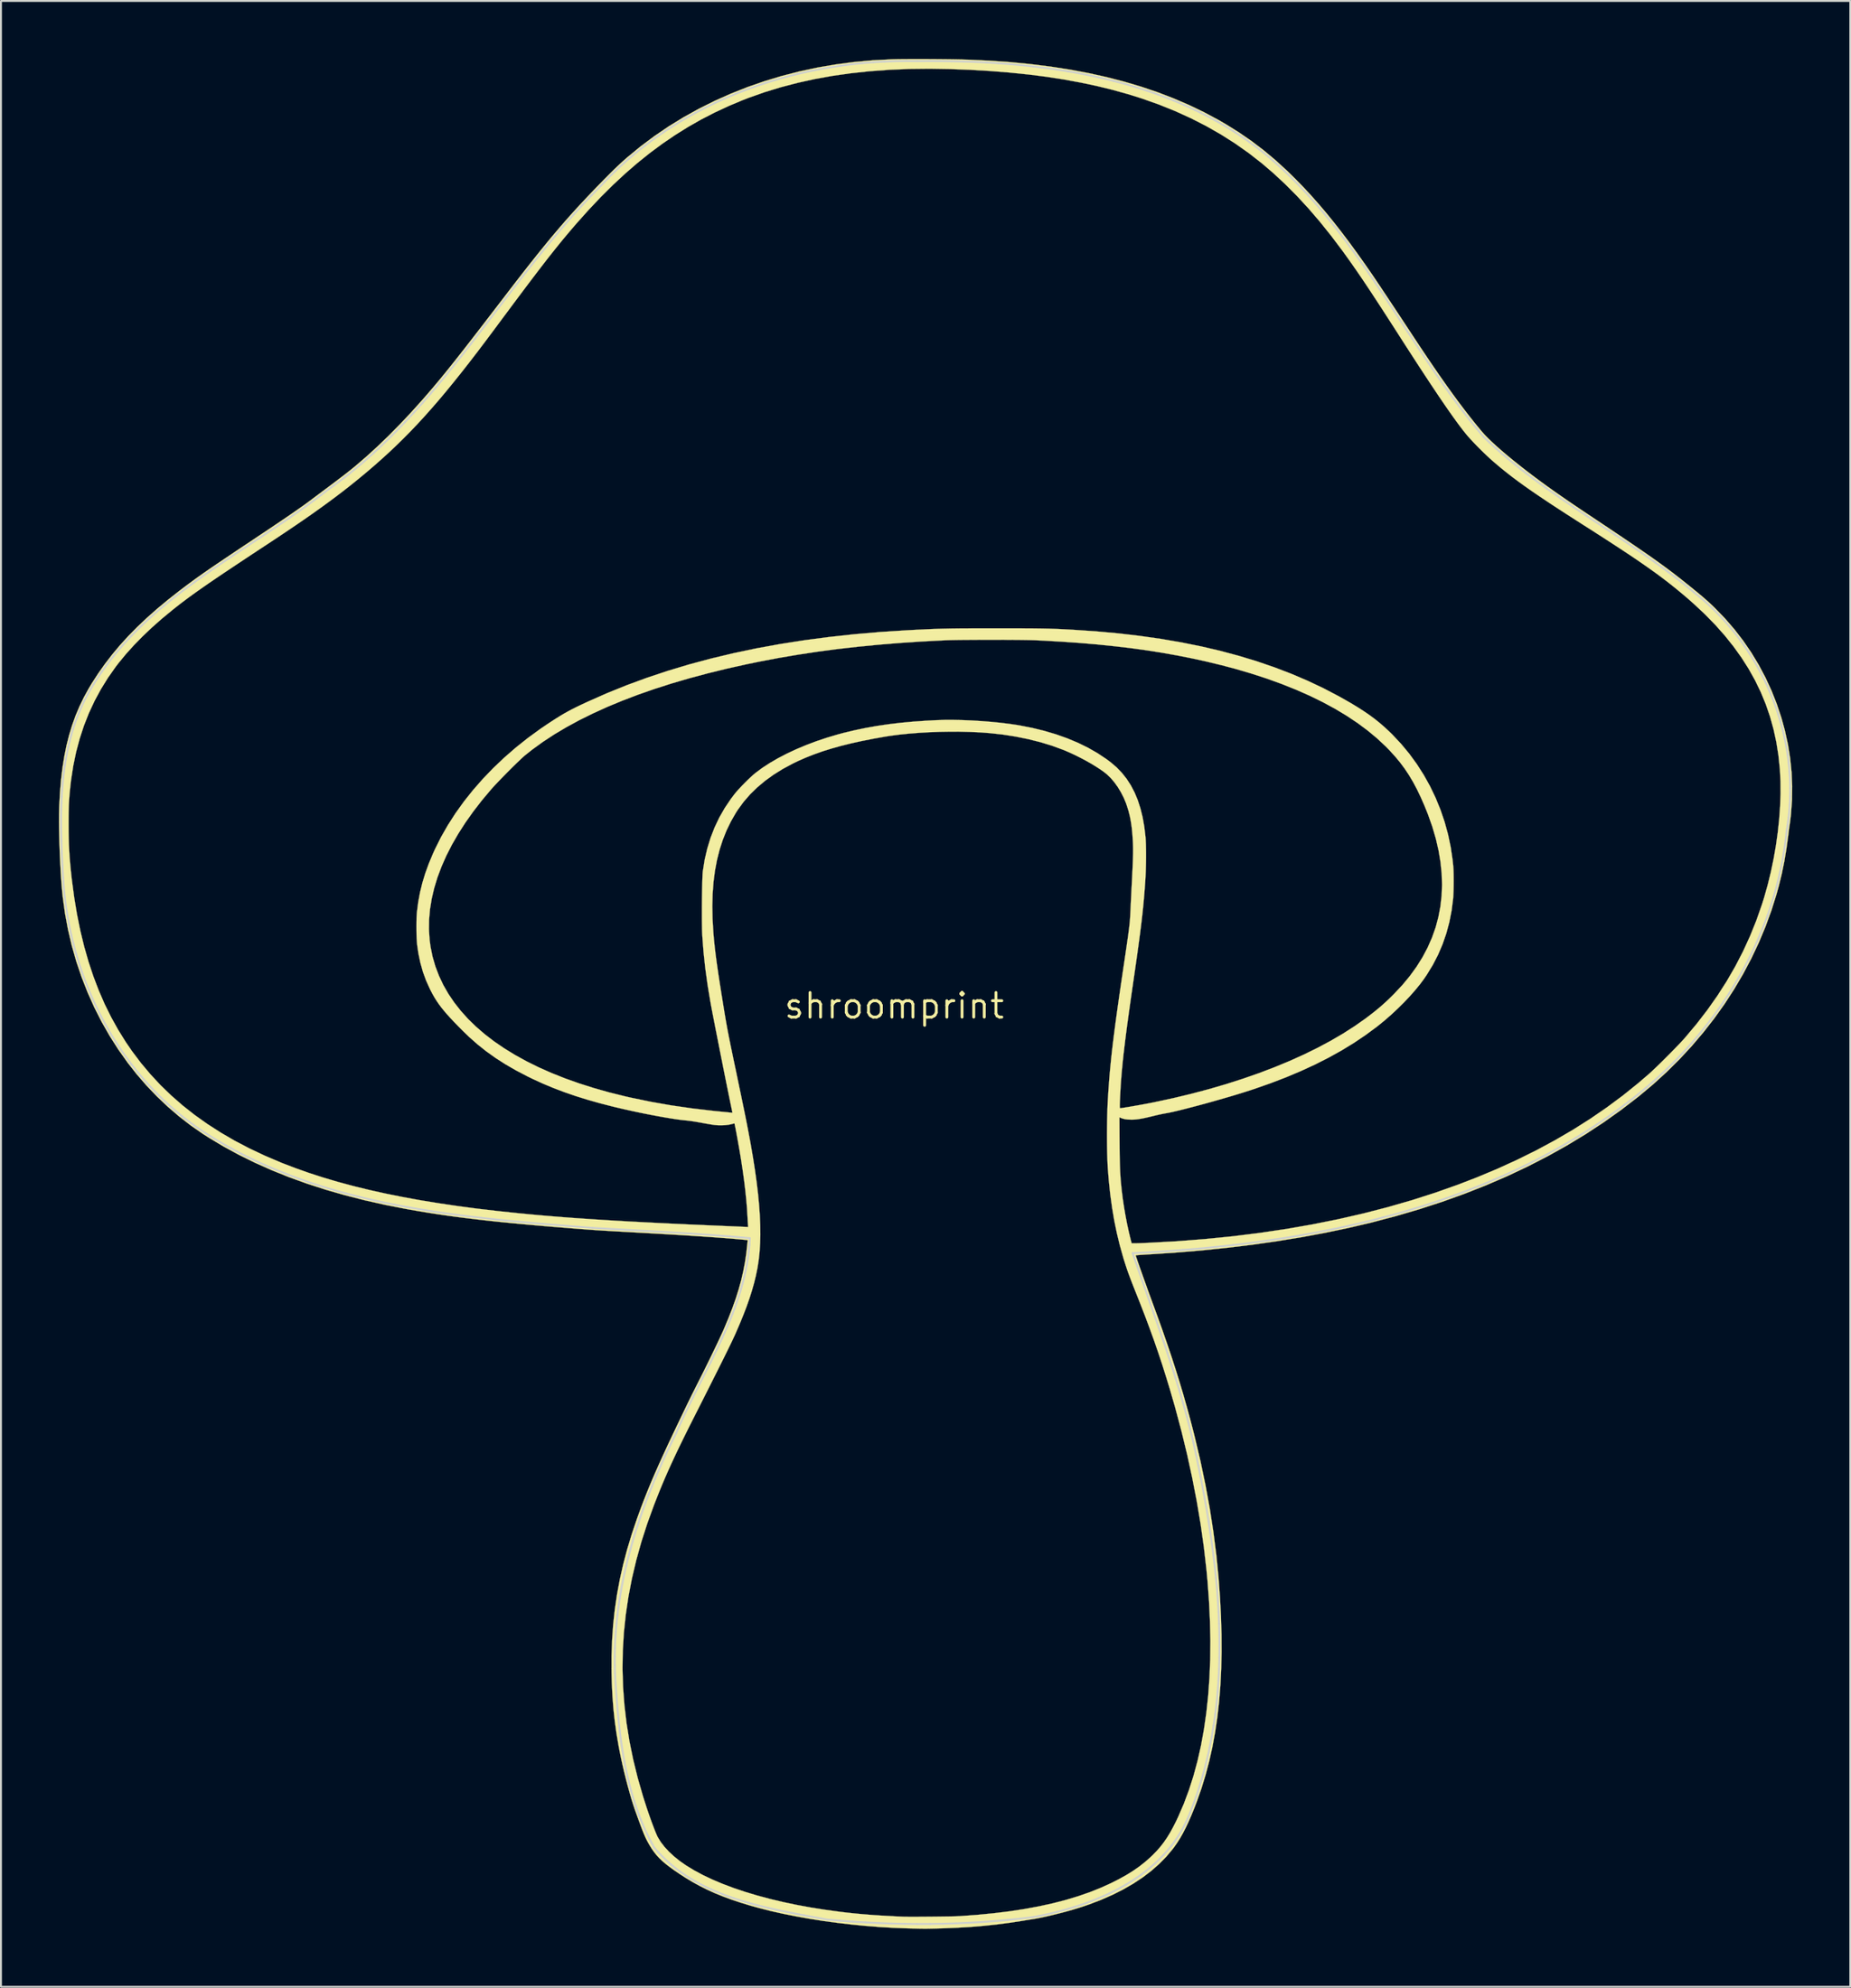
<source format=kicad_pcb>
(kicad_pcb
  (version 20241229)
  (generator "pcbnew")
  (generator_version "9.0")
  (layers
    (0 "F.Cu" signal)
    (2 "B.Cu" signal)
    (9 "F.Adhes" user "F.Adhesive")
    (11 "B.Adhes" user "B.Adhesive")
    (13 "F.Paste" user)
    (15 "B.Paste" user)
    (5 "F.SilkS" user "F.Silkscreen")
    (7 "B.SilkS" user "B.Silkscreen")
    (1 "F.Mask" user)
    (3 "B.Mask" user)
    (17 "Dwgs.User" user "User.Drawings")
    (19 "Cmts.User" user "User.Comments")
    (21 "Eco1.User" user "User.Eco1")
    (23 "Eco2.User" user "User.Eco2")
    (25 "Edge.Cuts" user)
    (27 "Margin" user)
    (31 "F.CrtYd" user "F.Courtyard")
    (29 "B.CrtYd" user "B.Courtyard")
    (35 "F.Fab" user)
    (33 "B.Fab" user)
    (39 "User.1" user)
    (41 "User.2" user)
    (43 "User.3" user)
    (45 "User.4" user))
  (footprint "shroomprint"
    (layer "F.Cu")
    (at 43.199 48.972)
    (property "Reference" "shroomprint" (at 0 0 0) (layer "F.SilkS") (effects (font (size 1.27 1.27) (thickness 0.15))))
    (attr through_hole)
    (fp_poly (pts (xy 1.454 -48.967) (xy 1.767 -48.966) (xy 2.084 -48.964) (xy 2.397 -48.961) (xy 2.702 -48.958) (xy 2.994 -48.954) (xy 3.265 -48.949) (xy 3.511 -48.944) (xy 3.726 -48.938) (xy 3.778 -48.937) (xy 4.905 -48.885) (xy 5.998 -48.809) (xy 7.059 -48.706) (xy 8.087 -48.577) (xy 9.085 -48.422) (xy 10.052 -48.241) (xy 10.989 -48.033) (xy 11.896 -47.799) (xy 12.775 -47.538) (xy 13.626 -47.25) (xy 14.449 -46.934) (xy 15.245 -46.592) (xy 16.015 -46.222) (xy 16.759 -45.824) (xy 17.187 -45.576) (xy 17.847 -45.163) (xy 18.481 -44.726) (xy 19.094 -44.26) (xy 19.691 -43.762) (xy 20.279 -43.226) (xy 20.374 -43.136) (xy 20.772 -42.744) (xy 21.164 -42.341) (xy 21.553 -41.922) (xy 21.94 -41.485) (xy 22.329 -41.028) (xy 22.72 -40.547) (xy 23.117 -40.04) (xy 23.522 -39.505) (xy 23.936 -38.938) (xy 24.363 -38.337) (xy 24.697 -37.854) (xy 24.779 -37.734) (xy 24.881 -37.582) (xy 25.004 -37.4) (xy 25.144 -37.191) (xy 25.299 -36.957) (xy 25.469 -36.703) (xy 25.65 -36.429) (xy 25.842 -36.14) (xy 26.042 -35.838) (xy 26.248 -35.526) (xy 26.458 -35.207) (xy 26.672 -34.883) (xy 26.818 -34.66) (xy 27.201 -34.081) (xy 27.566 -33.536) (xy 27.914 -33.023) (xy 28.246 -32.542) (xy 28.565 -32.088) (xy 28.872 -31.66) (xy 29.168 -31.256) (xy 29.456 -30.874) (xy 29.737 -30.51) (xy 30.012 -30.163) (xy 30.284 -29.831) (xy 30.398 -29.695) (xy 30.542 -29.533) (xy 30.72 -29.351) (xy 30.928 -29.151) (xy 31.165 -28.934) (xy 31.428 -28.703) (xy 31.715 -28.46) (xy 32.022 -28.207) (xy 32.348 -27.946) (xy 32.69 -27.679) (xy 33.046 -27.408) (xy 33.412 -27.135) (xy 33.787 -26.862) (xy 34.167 -26.592) (xy 34.301 -26.498) (xy 34.42 -26.416) (xy 34.528 -26.34) (xy 34.629 -26.27) (xy 34.726 -26.204) (xy 34.821 -26.138) (xy 34.917 -26.072) (xy 35.019 -26.003) (xy 35.128 -25.929) (xy 35.247 -25.848) (xy 35.381 -25.758) (xy 35.531 -25.658) (xy 35.702 -25.543) (xy 35.895 -25.414) (xy 36.114 -25.268) (xy 36.362 -25.102) (xy 36.643 -24.915) (xy 36.65 -24.91) (xy 37.073 -24.627) (xy 37.464 -24.365) (xy 37.824 -24.122) (xy 38.156 -23.897) (xy 38.463 -23.688) (xy 38.747 -23.492) (xy 39.012 -23.309) (xy 39.259 -23.135) (xy 39.491 -22.97) (xy 39.71 -22.811) (xy 39.92 -22.657) (xy 40.123 -22.505) (xy 40.322 -22.355) (xy 40.518 -22.203) (xy 40.715 -22.049) (xy 40.915 -21.889) (xy 41.121 -21.724) (xy 41.243 -21.625) (xy 41.447 -21.459) (xy 41.623 -21.314) (xy 41.776 -21.186) (xy 41.912 -21.069) (xy 42.036 -20.96) (xy 42.154 -20.853) (xy 42.272 -20.743) (xy 42.394 -20.626) (xy 42.457 -20.564) (xy 42.974 -20.029) (xy 43.459 -19.467) (xy 43.911 -18.88) (xy 44.329 -18.269) (xy 44.712 -17.635) (xy 45.06 -16.979) (xy 45.372 -16.304) (xy 45.646 -15.611) (xy 45.883 -14.901) (xy 46.066 -14.235) (xy 46.222 -13.523) (xy 46.336 -12.805) (xy 46.409 -12.085) (xy 46.44 -11.363) (xy 46.431 -10.643) (xy 46.379 -9.926) (xy 46.354 -9.694) (xy 46.339 -9.576) (xy 46.325 -9.47) (xy 46.314 -9.386) (xy 46.305 -9.331) (xy 46.302 -9.313) (xy 46.297 -9.284) (xy 46.287 -9.219) (xy 46.275 -9.125) (xy 46.261 -9.009) (xy 46.245 -8.877) (xy 46.239 -8.826) (xy 46.146 -8.137) (xy 46.035 -7.475) (xy 45.903 -6.832) (xy 45.748 -6.196) (xy 45.636 -5.791) (xy 45.368 -4.937) (xy 45.06 -4.094) (xy 44.713 -3.265) (xy 44.327 -2.45) (xy 43.903 -1.65) (xy 43.442 -0.866) (xy 42.945 -0.1) (xy 42.413 0.647) (xy 41.845 1.374) (xy 41.244 2.081) (xy 40.61 2.765) (xy 39.944 3.425) (xy 39.246 4.061) (xy 38.517 4.671) (xy 38.47 4.709) (xy 37.595 5.381) (xy 36.689 6.025) (xy 35.752 6.639) (xy 34.784 7.225) (xy 33.785 7.782) (xy 32.755 8.311) (xy 31.694 8.811) (xy 30.602 9.282) (xy 29.479 9.724) (xy 28.324 10.138) (xy 27.139 10.523) (xy 25.922 10.879) (xy 24.674 11.207) (xy 24.627 11.219) (xy 23.471 11.489) (xy 22.281 11.738) (xy 21.058 11.965) (xy 19.805 12.17) (xy 18.524 12.352) (xy 17.216 12.511) (xy 15.885 12.648) (xy 14.531 12.761) (xy 13.388 12.837) (xy 13.166 12.85) (xy 12.983 12.861) (xy 12.835 12.871) (xy 12.719 12.878) (xy 12.63 12.885) (xy 12.567 12.891) (xy 12.525 12.896) (xy 12.5 12.9) (xy 12.489 12.904) (xy 12.488 12.907) (xy 12.495 12.932) (xy 12.515 12.993) (xy 12.547 13.086) (xy 12.588 13.207) (xy 12.639 13.352) (xy 12.696 13.516) (xy 12.76 13.697) (xy 12.828 13.889) (xy 12.899 14.088) (xy 12.972 14.292) (xy 13.045 14.495) (xy 13.116 14.694) (xy 13.185 14.885) (xy 13.25 15.063) (xy 13.31 15.226) (xy 13.346 15.325) (xy 13.623 16.08) (xy 13.882 16.803) (xy 14.123 17.499) (xy 14.35 18.172) (xy 14.562 18.829) (xy 14.763 19.475) (xy 14.954 20.113) (xy 15.135 20.75) (xy 15.31 21.391) (xy 15.479 22.04) (xy 15.544 22.301) (xy 15.838 23.541) (xy 16.096 24.775) (xy 16.32 25.998) (xy 16.507 27.21) (xy 16.659 28.406) (xy 16.774 29.58) (xy 16.848 30.591) (xy 16.898 31.568) (xy 16.926 32.512) (xy 16.93 33.425) (xy 16.91 34.307) (xy 16.867 35.162) (xy 16.801 35.989) (xy 16.71 36.79) (xy 16.595 37.568) (xy 16.456 38.322) (xy 16.292 39.056) (xy 16.104 39.769) (xy 15.891 40.464) (xy 15.653 41.142) (xy 15.521 41.487) (xy 15.367 41.862) (xy 15.219 42.201) (xy 15.075 42.507) (xy 14.932 42.785) (xy 14.787 43.04) (xy 14.639 43.275) (xy 14.485 43.496) (xy 14.402 43.606) (xy 14.07 44.002) (xy 13.7 44.378) (xy 13.293 44.736) (xy 12.849 45.074) (xy 12.367 45.393) (xy 11.849 45.692) (xy 11.294 45.972) (xy 10.703 46.232) (xy 10.076 46.472) (xy 9.737 46.588) (xy 9.496 46.665) (xy 9.232 46.744) (xy 8.951 46.823) (xy 8.661 46.901) (xy 8.37 46.975) (xy 8.083 47.045) (xy 7.808 47.108) (xy 7.553 47.162) (xy 7.324 47.206) (xy 7.147 47.235) (xy 7.042 47.251) (xy 6.912 47.272) (xy 6.771 47.294) (xy 6.637 47.316) (xy 6.625 47.318) (xy 5.967 47.42) (xy 5.31 47.506) (xy 4.649 47.576) (xy 3.973 47.633) (xy 3.275 47.675) (xy 2.546 47.705) (xy 2.392 47.71) (xy 2.199 47.715) (xy 2.036 47.719) (xy 1.895 47.722) (xy 1.771 47.725) (xy 1.656 47.726) (xy 1.542 47.726) (xy 1.423 47.725) (xy 1.292 47.723) (xy 1.141 47.719) (xy 0.964 47.715) (xy 0.753 47.71) (xy 0.699 47.708) (xy -0.016 47.682) (xy -0.742 47.64) (xy -1.475 47.582) (xy -2.211 47.509) (xy -2.944 47.423) (xy -3.67 47.324) (xy -4.382 47.212) (xy -5.077 47.088) (xy -5.749 46.954) (xy -6.393 46.809) (xy -7.004 46.654) (xy -7.428 46.536) (xy -7.94 46.38) (xy -8.415 46.222) (xy -8.858 46.059) (xy -9.276 45.889) (xy -9.674 45.709) (xy -10.057 45.517) (xy -10.432 45.311) (xy -10.803 45.087) (xy -11.111 44.888) (xy -11.378 44.706) (xy -11.612 44.537) (xy -11.816 44.379) (xy -11.994 44.227) (xy -12.151 44.077) (xy -12.29 43.925) (xy -12.417 43.767) (xy -12.535 43.599) (xy -12.639 43.432) (xy -12.696 43.335) (xy -12.748 43.242) (xy -12.798 43.148) (xy -12.846 43.049) (xy -12.896 42.941) (xy -12.947 42.821) (xy -13.003 42.684) (xy -13.064 42.527) (xy -13.132 42.346) (xy -13.209 42.136) (xy -13.297 41.895) (xy -13.396 41.618) (xy -13.402 41.603) (xy -13.492 41.337) (xy -13.587 41.035) (xy -13.683 40.705) (xy -13.78 40.354) (xy -13.876 39.986) (xy -13.969 39.611) (xy -14.057 39.234) (xy -14.139 38.861) (xy -14.212 38.5) (xy -14.255 38.272) (xy -14.365 37.626) (xy -14.453 36.989) (xy -14.522 36.352) (xy -14.572 35.705) (xy -14.605 35.037) (xy -14.619 34.459) (xy -14.619 34.279) (xy -14.053 34.279) (xy -14.026 35.213) (xy -13.957 36.149) (xy -13.847 37.088) (xy -13.695 38.03) (xy -13.502 38.977) (xy -13.267 39.93) (xy -12.991 40.889) (xy -12.792 41.508) (xy -12.718 41.726) (xy -12.642 41.943) (xy -12.566 42.155) (xy -12.492 42.355) (xy -12.422 42.539) (xy -12.358 42.702) (xy -12.301 42.838) (xy -12.255 42.942) (xy -12.231 42.989) (xy -12.076 43.242) (xy -11.881 43.495) (xy -11.65 43.745) (xy -11.385 43.99) (xy -11.089 44.228) (xy -10.765 44.454) (xy -10.763 44.455) (xy -10.348 44.708) (xy -9.892 44.952) (xy -9.399 45.186) (xy -8.87 45.409) (xy -8.307 45.621) (xy -7.712 45.821) (xy -7.086 46.009) (xy -6.431 46.185) (xy -5.75 46.347) (xy -5.043 46.496) (xy -4.313 46.63) (xy -3.561 46.749) (xy -2.79 46.853) (xy -2.455 46.893) (xy -2.163 46.925) (xy -1.876 46.954) (xy -1.588 46.98) (xy -1.294 47.004) (xy -0.988 47.027) (xy -0.662 47.047) (xy -0.312 47.067) (xy 0.068 47.087) (xy 0.445 47.104) (xy 0.524 47.107) (xy 0.641 47.108) (xy 0.791 47.109) (xy 0.967 47.109) (xy 1.166 47.109) (xy 1.381 47.108) (xy 1.608 47.106) (xy 1.842 47.104) (xy 2.078 47.102) (xy 2.311 47.099) (xy 2.535 47.096) (xy 2.745 47.093) (xy 2.937 47.09) (xy 3.105 47.086) (xy 3.245 47.082) (xy 3.351 47.078) (xy 3.397 47.076) (xy 4.291 47.011) (xy 5.146 46.927) (xy 5.965 46.826) (xy 6.748 46.706) (xy 7.495 46.568) (xy 8.207 46.411) (xy 8.886 46.235) (xy 9.531 46.04) (xy 10.144 45.826) (xy 10.725 45.592) (xy 11.229 45.362) (xy 11.642 45.152) (xy 12.018 44.942) (xy 12.363 44.727) (xy 12.681 44.505) (xy 12.978 44.271) (xy 13.259 44.022) (xy 13.364 43.922) (xy 13.568 43.713) (xy 13.756 43.499) (xy 13.932 43.273) (xy 14.1 43.032) (xy 14.262 42.768) (xy 14.422 42.477) (xy 14.586 42.154) (xy 14.687 41.938) (xy 14.98 41.261) (xy 15.244 40.552) (xy 15.481 39.812) (xy 15.689 39.042) (xy 15.869 38.243) (xy 16.02 37.413) (xy 16.143 36.555) (xy 16.238 35.668) (xy 16.304 34.753) (xy 16.342 33.811) (xy 16.351 32.841) (xy 16.331 31.844) (xy 16.283 30.821) (xy 16.206 29.773) (xy 16.149 29.157) (xy 16.016 27.997) (xy 15.849 26.817) (xy 15.648 25.62) (xy 15.413 24.41) (xy 15.147 23.189) (xy 14.848 21.962) (xy 14.519 20.732) (xy 14.256 19.823) (xy 14.056 19.169) (xy 13.855 18.534) (xy 13.647 17.908) (xy 13.431 17.285) (xy 13.203 16.655) (xy 12.961 16.009) (xy 12.702 15.341) (xy 12.551 14.962) (xy 12.438 14.677) (xy 12.339 14.427) (xy 12.253 14.204) (xy 12.177 14.003) (xy 12.109 13.819) (xy 12.048 13.647) (xy 11.992 13.48) (xy 11.938 13.314) (xy 11.884 13.143) (xy 11.843 13.007) (xy 11.668 12.384) (xy 11.514 11.751) (xy 11.381 11.104) (xy 11.268 10.437) (xy 11.173 9.745) (xy 11.097 9.024) (xy 11.048 8.414) (xy 11.035 8.186) (xy 11.024 7.922) (xy 11.015 7.629) (xy 11.009 7.314) (xy 11.006 6.983) (xy 11.005 6.644) (xy 11.007 6.301) (xy 11.011 5.963) (xy 11.018 5.636) (xy 11.027 5.326) (xy 11.039 5.041) (xy 11.048 4.868) (xy 11.067 4.555) (xy 11.088 4.247) (xy 11.11 3.944) (xy 11.134 3.64) (xy 11.161 3.334) (xy 11.191 3.023) (xy 11.223 2.704) (xy 11.259 2.373) (xy 11.299 2.029) (xy 11.343 1.668) (xy 11.392 1.287) (xy 11.445 0.883) (xy 11.503 0.455) (xy 11.567 -0.002) (xy 11.637 -0.491) (xy 11.712 -1.013) (xy 11.795 -1.572) (xy 11.853 -1.968) (xy 11.907 -2.328) (xy 11.954 -2.648) (xy 11.996 -2.933) (xy 12.033 -3.185) (xy 12.065 -3.408) (xy 12.093 -3.604) (xy 12.116 -3.777) (xy 12.136 -3.93) (xy 12.153 -4.065) (xy 12.167 -4.187) (xy 12.178 -4.297) (xy 12.188 -4.399) (xy 12.195 -4.497) (xy 12.202 -4.593) (xy 12.207 -4.69) (xy 12.212 -4.791) (xy 12.213 -4.815) (xy 12.22 -4.947) (xy 12.228 -5.113) (xy 12.237 -5.307) (xy 12.248 -5.521) (xy 12.259 -5.747) (xy 12.27 -5.978) (xy 12.282 -6.206) (xy 12.288 -6.318) (xy 12.304 -6.636) (xy 12.317 -6.915) (xy 12.329 -7.16) (xy 12.338 -7.374) (xy 12.345 -7.562) (xy 12.35 -7.728) (xy 12.354 -7.874) (xy 12.355 -8.006) (xy 12.355 -8.127) (xy 12.353 -8.241) (xy 12.35 -8.352) (xy 12.345 -8.464) (xy 12.341 -8.538) (xy 12.317 -8.897) (xy 12.285 -9.223) (xy 12.242 -9.521) (xy 12.189 -9.8) (xy 12.122 -10.067) (xy 12.041 -10.329) (xy 11.989 -10.48) (xy 11.871 -10.765) (xy 11.728 -11.045) (xy 11.566 -11.313) (xy 11.388 -11.561) (xy 11.201 -11.782) (xy 11.01 -11.967) (xy 10.85 -12.095) (xy 10.656 -12.233) (xy 10.432 -12.378) (xy 10.187 -12.527) (xy 9.924 -12.676) (xy 9.65 -12.822) (xy 9.371 -12.962) (xy 9.092 -13.092) (xy 8.82 -13.21) (xy 8.731 -13.246) (xy 8.162 -13.455) (xy 7.562 -13.638) (xy 6.934 -13.796) (xy 6.283 -13.928) (xy 5.611 -14.033) (xy 4.953 -14.106) (xy 4.474 -14.143) (xy 3.968 -14.167) (xy 3.443 -14.18) (xy 2.905 -14.182) (xy 2.361 -14.173) (xy 1.818 -14.153) (xy 1.284 -14.122) (xy 0.766 -14.081) (xy 0.27 -14.03) (xy -0.196 -13.969) (xy -0.466 -13.927) (xy -1.094 -13.815) (xy -1.684 -13.698) (xy -2.237 -13.575) (xy -2.758 -13.446) (xy -3.249 -13.308) (xy -3.712 -13.163) (xy -4.152 -13.007) (xy -4.571 -12.842) (xy -4.973 -12.665) (xy -5.249 -12.531) (xy -5.764 -12.255) (xy -6.242 -11.957) (xy -6.683 -11.638) (xy -7.088 -11.298) (xy -7.457 -10.937) (xy -7.789 -10.554) (xy -8.085 -10.15) (xy -8.19 -9.987) (xy -8.446 -9.542) (xy -8.672 -9.077) (xy -8.867 -8.59) (xy -9.032 -8.081) (xy -9.167 -7.548) (xy -9.272 -6.991) (xy -9.347 -6.408) (xy -9.393 -5.798) (xy -9.409 -5.161) (xy -9.397 -4.495) (xy -9.355 -3.799) (xy -9.344 -3.662) (xy -9.324 -3.44) (xy -9.302 -3.216) (xy -9.277 -2.987) (xy -9.249 -2.748) (xy -9.217 -2.496) (xy -9.181 -2.227) (xy -9.139 -1.937) (xy -9.093 -1.622) (xy -9.041 -1.28) (xy -8.982 -0.905) (xy -8.917 -0.495) (xy -8.878 -0.256) (xy -8.835 0.01) (xy -8.796 0.25) (xy -8.759 0.469) (xy -8.725 0.673) (xy -8.691 0.866) (xy -8.657 1.053) (xy -8.623 1.241) (xy -8.586 1.433) (xy -8.546 1.635) (xy -8.502 1.853) (xy -8.454 2.091) (xy -8.399 2.355) (xy -8.338 2.649) (xy -8.269 2.979) (xy -8.263 3.006) (xy -8.179 3.404) (xy -8.104 3.763) (xy -8.036 4.088) (xy -7.975 4.38) (xy -7.92 4.643) (xy -7.871 4.879) (xy -7.827 5.093) (xy -7.787 5.286) (xy -7.751 5.463) (xy -7.718 5.625) (xy -7.687 5.776) (xy -7.659 5.92) (xy -7.631 6.058) (xy -7.604 6.195) (xy -7.578 6.333) (xy -7.568 6.382) (xy -7.429 7.124) (xy -7.308 7.828) (xy -7.203 8.497) (xy -7.115 9.131) (xy -7.044 9.733) (xy -6.99 10.302) (xy -6.952 10.842) (xy -6.931 11.353) (xy -6.926 11.836) (xy -6.938 12.293) (xy -6.965 12.726) (xy -7.009 13.136) (xy -7.069 13.524) (xy -7.081 13.589) (xy -7.158 13.963) (xy -7.251 14.342) (xy -7.361 14.73) (xy -7.489 15.131) (xy -7.636 15.549) (xy -7.805 15.989) (xy -7.996 16.455) (xy -8.203 16.933) (xy -8.249 17.036) (xy -8.305 17.157) (xy -8.371 17.297) (xy -8.448 17.458) (xy -8.536 17.64) (xy -8.637 17.846) (xy -8.75 18.076) (xy -8.877 18.332) (xy -9.018 18.615) (xy -9.174 18.927) (xy -9.346 19.269) (xy -9.534 19.643) (xy -9.738 20.049) (xy -9.96 20.489) (xy -10.201 20.965) (xy -10.359 21.277) (xy -10.598 21.751) (xy -10.818 22.193) (xy -11.021 22.607) (xy -11.209 22.996) (xy -11.383 23.365) (xy -11.546 23.717) (xy -11.7 24.058) (xy -11.846 24.39) (xy -11.986 24.719) (xy -12.122 25.049) (xy -12.256 25.382) (xy -12.39 25.725) (xy -12.424 25.812) (xy -12.772 26.769) (xy -13.078 27.719) (xy -13.342 28.665) (xy -13.565 29.606) (xy -13.746 30.543) (xy -13.885 31.479) (xy -13.983 32.412) (xy -14.039 33.345) (xy -14.053 34.279) (xy -14.619 34.279) (xy -14.619 33.622) (xy -14.591 32.806) (xy -14.536 32.007) (xy -14.451 31.22) (xy -14.337 30.44) (xy -14.193 29.663) (xy -14.017 28.885) (xy -13.81 28.1) (xy -13.569 27.304) (xy -13.294 26.492) (xy -13.09 25.933) (xy -12.957 25.585) (xy -12.821 25.24) (xy -12.681 24.894) (xy -12.534 24.542) (xy -12.378 24.18) (xy -12.212 23.804) (xy -12.034 23.409) (xy -11.842 22.99) (xy -11.634 22.544) (xy -11.407 22.066) (xy -11.367 21.982) (xy -11.221 21.675) (xy -11.09 21.402) (xy -10.974 21.16) (xy -10.869 20.942) (xy -10.775 20.746) (xy -10.688 20.566) (xy -10.606 20.399) (xy -10.528 20.24) (xy -10.452 20.085) (xy -10.374 19.93) (xy -10.294 19.771) (xy -10.209 19.602) (xy -10.117 19.42) (xy -10.096 19.378) (xy -9.957 19.102) (xy -9.815 18.819) (xy -9.673 18.531) (xy -9.532 18.244) (xy -9.396 17.963) (xy -9.265 17.692) (xy -9.143 17.437) (xy -9.032 17.201) (xy -8.934 16.989) (xy -8.851 16.807) (xy -8.795 16.679) (xy -8.569 16.14) (xy -8.37 15.627) (xy -8.195 15.136) (xy -8.045 14.661) (xy -7.917 14.196) (xy -7.81 13.737) (xy -7.722 13.278) (xy -7.652 12.814) (xy -7.599 12.34) (xy -7.59 12.243) (xy -7.579 12.113) (xy -7.827 12.089) (xy -8.096 12.064) (xy -8.406 12.037) (xy -8.754 12.009) (xy -9.14 11.98) (xy -9.561 11.95) (xy -10.017 11.919) (xy -10.504 11.887) (xy -11.022 11.854) (xy -11.569 11.821) (xy -12.143 11.787) (xy -12.743 11.753) (xy -12.838 11.748) (xy -13.223 11.726) (xy -13.569 11.707) (xy -13.88 11.689) (xy -14.159 11.674) (xy -14.409 11.659) (xy -14.633 11.646) (xy -14.835 11.635) (xy -15.019 11.624) (xy -15.187 11.613) (xy -15.343 11.603) (xy -15.491 11.594) (xy -15.633 11.584) (xy -15.774 11.574) (xy -15.916 11.563) (xy -16.063 11.552) (xy -16.218 11.54) (xy -16.384 11.527) (xy -16.566 11.513) (xy -16.766 11.497) (xy -16.987 11.479) (xy -17.071 11.472) (xy -17.82 11.411) (xy -18.529 11.35) (xy -19.202 11.289) (xy -19.841 11.229) (xy -20.45 11.168) (xy -21.031 11.106) (xy -21.587 11.043) (xy -22.121 10.978) (xy -22.637 10.912) (xy -23.136 10.844) (xy -23.622 10.773) (xy -24.098 10.699) (xy -24.566 10.622) (xy -25.03 10.542) (xy -25.22 10.507) (xy -26.319 10.293) (xy -27.384 10.054) (xy -28.414 9.791) (xy -29.41 9.505) (xy -30.372 9.194) (xy -31.301 8.859) (xy -32.196 8.499) (xy -33.058 8.115) (xy -33.887 7.707) (xy -34.684 7.274) (xy -35.449 6.816) (xy -35.761 6.616) (xy -36.381 6.186) (xy -36.984 5.719) (xy -37.569 5.217) (xy -38.132 4.683) (xy -38.671 4.12) (xy -39.183 3.529) (xy -39.638 2.949) (xy -40.124 2.264) (xy -40.576 1.555) (xy -40.993 0.824) (xy -41.375 0.071) (xy -41.72 -0.701) (xy -42.03 -1.49) (xy -42.302 -2.295) (xy -42.536 -3.114) (xy -42.731 -3.946) (xy -42.888 -4.788) (xy -43.004 -5.639) (xy -43.03 -5.884) (xy -43.058 -6.193) (xy -43.084 -6.531) (xy -43.107 -6.893) (xy -43.128 -7.273) (xy -43.147 -7.664) (xy -43.163 -8.061) (xy -43.176 -8.457) (xy -43.185 -8.845) (xy -43.192 -9.22) (xy -43.193 -9.387) (xy -42.703 -9.387) (xy -42.701 -9.007) (xy -42.695 -8.655) (xy -42.685 -8.323) (xy -42.669 -8.001) (xy -42.648 -7.679) (xy -42.62 -7.346) (xy -42.586 -6.994) (xy -42.544 -6.612) (xy -42.533 -6.519) (xy -42.412 -5.608) (xy -42.266 -4.729) (xy -42.094 -3.883) (xy -41.896 -3.068) (xy -41.671 -2.282) (xy -41.42 -1.526) (xy -41.142 -0.797) (xy -40.837 -0.095) (xy -40.503 0.581) (xy -40.141 1.232) (xy -39.751 1.86) (xy -39.423 2.339) (xy -38.961 2.952) (xy -38.468 3.539) (xy -37.944 4.102) (xy -37.388 4.639) (xy -36.8 5.153) (xy -36.179 5.642) (xy -35.525 6.107) (xy -34.837 6.55) (xy -34.115 6.97) (xy -33.357 7.367) (xy -32.564 7.742) (xy -31.735 8.096) (xy -31.644 8.133) (xy -30.963 8.394) (xy -30.258 8.643) (xy -29.526 8.88) (xy -28.768 9.104) (xy -27.981 9.316) (xy -27.165 9.516) (xy -26.318 9.705) (xy -25.439 9.882) (xy -24.527 10.049) (xy -23.58 10.204) (xy -22.598 10.35) (xy -21.579 10.485) (xy -20.522 10.61) (xy -19.425 10.725) (xy -18.817 10.784) (xy -18.306 10.83) (xy -17.785 10.874) (xy -17.252 10.917) (xy -16.705 10.959) (xy -16.141 10.999) (xy -15.557 11.039) (xy -14.952 11.077) (xy -14.322 11.115) (xy -13.666 11.153) (xy -12.98 11.189) (xy -12.263 11.226) (xy -11.511 11.262) (xy -10.723 11.299) (xy -9.895 11.335) (xy -9.673 11.345) (xy -9.417 11.356) (xy -9.166 11.367) (xy -8.923 11.377) (xy -8.694 11.387) (xy -8.483 11.396) (xy -8.294 11.404) (xy -8.132 11.411) (xy -8.002 11.417) (xy -7.907 11.421) (xy -7.877 11.422) (xy -7.553 11.436) (xy -7.564 11.301) (xy -7.57 11.225) (xy -7.577 11.122) (xy -7.583 11.004) (xy -7.589 10.89) (xy -7.613 10.476) (xy -7.651 10.026) (xy -7.701 9.543) (xy -7.763 9.032) (xy -7.837 8.496) (xy -7.923 7.939) (xy -7.981 7.588) (xy -8.012 7.407) (xy -8.045 7.22) (xy -8.078 7.032) (xy -8.111 6.849) (xy -8.143 6.675) (xy -8.173 6.514) (xy -8.2 6.372) (xy -8.224 6.253) (xy -8.243 6.162) (xy -8.256 6.103) (xy -8.262 6.081) (xy -8.285 6.083) (xy -8.338 6.094) (xy -8.411 6.113) (xy -8.427 6.118) (xy -8.568 6.148) (xy -8.736 6.168) (xy -8.92 6.177) (xy -9.106 6.175) (xy -9.28 6.161) (xy -9.284 6.161) (xy -9.367 6.149) (xy -9.482 6.131) (xy -9.62 6.107) (xy -9.772 6.081) (xy -9.927 6.052) (xy -9.991 6.041) (xy -10.151 6.012) (xy -10.316 5.984) (xy -10.475 5.96) (xy -10.618 5.941) (xy -10.733 5.927) (xy -10.763 5.925) (xy -10.94 5.907) (xy -11.152 5.881) (xy -11.397 5.845) (xy -11.669 5.801) (xy -11.964 5.751) (xy -12.277 5.694) (xy -12.603 5.632) (xy -12.939 5.566) (xy -13.279 5.496) (xy -13.618 5.423) (xy -13.954 5.348) (xy -14.28 5.273) (xy -14.557 5.206) (xy -15.237 5.031) (xy -15.88 4.849) (xy -16.491 4.658) (xy -17.073 4.457) (xy -17.633 4.244) (xy -18.174 4.018) (xy -18.702 3.776) (xy -18.986 3.637) (xy -19.567 3.333) (xy -20.11 3.019) (xy -20.62 2.692) (xy -21.1 2.349) (xy -21.555 1.987) (xy -21.988 1.604) (xy -22.279 1.323) (xy -22.536 1.065) (xy -22.763 0.831) (xy -22.964 0.617) (xy -23.142 0.42) (xy -23.299 0.235) (xy -23.44 0.059) (xy -23.566 -0.111) (xy -23.68 -0.28) (xy -23.786 -0.451) (xy -23.886 -0.628) (xy -23.984 -0.814) (xy -24.011 -0.868) (xy -24.21 -1.308) (xy -24.375 -1.761) (xy -24.508 -2.232) (xy -24.611 -2.725) (xy -24.673 -3.154) (xy -24.687 -3.304) (xy -24.698 -3.488) (xy -24.706 -3.694) (xy -24.71 -3.915) (xy -24.71 -3.928) (xy -24.064 -3.928) (xy -24.029 -3.404) (xy -23.981 -3.051) (xy -23.877 -2.54) (xy -23.732 -2.042) (xy -23.547 -1.557) (xy -23.324 -1.084) (xy -23.061 -0.624) (xy -22.759 -0.178) (xy -22.42 0.254) (xy -22.043 0.673) (xy -21.628 1.077) (xy -21.177 1.466) (xy -20.69 1.84) (xy -20.166 2.198) (xy -19.607 2.541) (xy -19.013 2.868) (xy -18.384 3.179) (xy -17.721 3.473) (xy -17.025 3.75) (xy -16.294 4.009) (xy -15.531 4.251) (xy -14.735 4.476) (xy -13.908 4.681) (xy -13.6 4.751) (xy -12.574 4.963) (xy -11.529 5.146) (xy -10.46 5.301) (xy -9.364 5.43) (xy -9.07 5.459) (xy -8.932 5.473) (xy -8.805 5.485) (xy -8.695 5.496) (xy -8.61 5.504) (xy -8.558 5.509) (xy -8.551 5.51) (xy -8.482 5.517) (xy -8.422 5.521) (xy -8.367 5.524) (xy -8.48 4.979) (xy -8.524 4.765) (xy -8.573 4.524) (xy -8.627 4.259) (xy -8.685 3.974) (xy -8.745 3.674) (xy -8.808 3.361) (xy -8.872 3.039) (xy -8.937 2.713) (xy -9.002 2.386) (xy -9.066 2.062) (xy -9.129 1.743) (xy -9.19 1.435) (xy -9.248 1.141) (xy -9.302 0.863) (xy -9.352 0.608) (xy -9.397 0.377) (xy -9.436 0.174) (xy -9.468 0.004) (xy -9.493 -0.13) (xy -9.502 -0.18) (xy -9.652 -1.082) (xy -9.772 -1.955) (xy -9.863 -2.798) (xy -9.925 -3.613) (xy -9.928 -3.672) (xy -9.934 -3.805) (xy -9.939 -3.97) (xy -9.942 -4.161) (xy -9.945 -4.374) (xy -9.946 -4.604) (xy -9.946 -4.846) (xy -9.946 -5.097) (xy -9.944 -5.35) (xy -9.942 -5.602) (xy -9.938 -5.847) (xy -9.934 -6.081) (xy -9.929 -6.299) (xy -9.924 -6.497) (xy -9.917 -6.67) (xy -9.911 -6.812) (xy -9.903 -6.92) (xy -9.898 -6.968) (xy -9.802 -7.564) (xy -9.668 -8.139) (xy -9.498 -8.694) (xy -9.29 -9.228) (xy -9.046 -9.742) (xy -8.764 -10.235) (xy -8.445 -10.708) (xy -8.242 -10.975) (xy -8.143 -11.093) (xy -8.021 -11.229) (xy -7.881 -11.378) (xy -7.732 -11.53) (xy -7.581 -11.68) (xy -7.435 -11.819) (xy -7.3 -11.942) (xy -7.185 -12.039) (xy -7.176 -12.047) (xy -6.824 -12.308) (xy -6.434 -12.562) (xy -6.009 -12.809) (xy -5.552 -13.046) (xy -5.068 -13.273) (xy -4.56 -13.486) (xy -4.031 -13.686) (xy -3.486 -13.869) (xy -2.927 -14.035) (xy -2.614 -14.119) (xy -2.055 -14.253) (xy -1.488 -14.372) (xy -0.908 -14.475) (xy -0.311 -14.563) (xy 0.308 -14.638) (xy 0.955 -14.699) (xy 1.634 -14.747) (xy 2.18 -14.776) (xy 2.599 -14.789) (xy 3.051 -14.79) (xy 3.525 -14.78) (xy 4.014 -14.76) (xy 4.508 -14.73) (xy 4.999 -14.691) (xy 5.479 -14.643) (xy 5.938 -14.587) (xy 6.367 -14.524) (xy 6.466 -14.507) (xy 7.126 -14.379) (xy 7.761 -14.224) (xy 8.37 -14.043) (xy 8.95 -13.837) (xy 9.502 -13.606) (xy 10.022 -13.351) (xy 10.51 -13.072) (xy 10.964 -12.77) (xy 11.192 -12.6) (xy 11.496 -12.341) (xy 11.771 -12.056) (xy 12.018 -11.744) (xy 12.237 -11.406) (xy 12.429 -11.039) (xy 12.594 -10.643) (xy 12.732 -10.217) (xy 12.845 -9.76) (xy 12.932 -9.269) (xy 12.994 -8.746) (xy 12.999 -8.689) (xy 13.008 -8.541) (xy 13.016 -8.359) (xy 13.02 -8.148) (xy 13.023 -7.918) (xy 13.023 -7.674) (xy 13.02 -7.425) (xy 13.015 -7.178) (xy 13.008 -6.939) (xy 12.998 -6.717) (xy 12.988 -6.54) (xy 12.971 -6.284) (xy 12.953 -6.037) (xy 12.934 -5.798) (xy 12.914 -5.563) (xy 12.893 -5.328) (xy 12.87 -5.092) (xy 12.845 -4.85) (xy 12.817 -4.6) (xy 12.787 -4.338) (xy 12.753 -4.062) (xy 12.716 -3.769) (xy 12.675 -3.455) (xy 12.629 -3.117) (xy 12.579 -2.753) (xy 12.523 -2.359) (xy 12.462 -1.932) (xy 12.395 -1.468) (xy 12.33 -1.016) (xy 12.248 -0.453) (xy 12.174 0.072) (xy 12.106 0.56) (xy 12.044 1.015) (xy 11.988 1.44) (xy 11.938 1.837) (xy 11.893 2.21) (xy 11.852 2.56) (xy 11.817 2.892) (xy 11.786 3.208) (xy 11.758 3.511) (xy 11.735 3.803) (xy 11.715 4.087) (xy 11.698 4.367) (xy 11.683 4.645) (xy 11.671 4.916) (xy 11.666 5.051) (xy 11.664 5.149) (xy 11.664 5.217) (xy 11.667 5.259) (xy 11.674 5.282) (xy 11.684 5.291) (xy 11.692 5.292) (xy 11.733 5.288) (xy 11.811 5.277) (xy 11.92 5.26) (xy 12.055 5.238) (xy 12.21 5.212) (xy 12.381 5.182) (xy 12.561 5.15) (xy 12.747 5.117) (xy 12.932 5.083) (xy 13.112 5.049) (xy 13.281 5.017) (xy 13.433 4.986) (xy 13.483 4.976) (xy 14.44 4.77) (xy 15.375 4.545) (xy 16.286 4.303) (xy 17.173 4.044) (xy 18.034 3.768) (xy 18.868 3.477) (xy 19.672 3.171) (xy 20.446 2.851) (xy 21.189 2.516) (xy 21.898 2.168) (xy 22.572 1.807) (xy 23.211 1.434) (xy 23.812 1.049) (xy 24.375 0.654) (xy 24.701 0.405) (xy 24.912 0.237) (xy 25.097 0.084) (xy 25.267 -0.063) (xy 25.432 -0.212) (xy 25.602 -0.373) (xy 25.786 -0.554) (xy 25.845 -0.613) (xy 26.275 -1.071) (xy 26.664 -1.54) (xy 27.013 -2.021) (xy 27.321 -2.513) (xy 27.588 -3.016) (xy 27.814 -3.53) (xy 28 -4.055) (xy 28.144 -4.591) (xy 28.248 -5.138) (xy 28.311 -5.696) (xy 28.333 -6.265) (xy 28.314 -6.844) (xy 28.254 -7.435) (xy 28.154 -8.036) (xy 28.012 -8.648) (xy 27.83 -9.27) (xy 27.606 -9.903) (xy 27.426 -10.351) (xy 27.231 -10.795) (xy 27.036 -11.202) (xy 26.835 -11.579) (xy 26.627 -11.93) (xy 26.406 -12.262) (xy 26.171 -12.579) (xy 25.916 -12.888) (xy 25.638 -13.194) (xy 25.425 -13.413) (xy 24.98 -13.83) (xy 24.495 -14.234) (xy 23.971 -14.624) (xy 23.41 -14.999) (xy 22.811 -15.359) (xy 22.175 -15.704) (xy 21.503 -16.034) (xy 20.795 -16.347) (xy 20.053 -16.644) (xy 19.276 -16.925) (xy 18.466 -17.189) (xy 17.623 -17.436) (xy 16.923 -17.621) (xy 16.171 -17.803) (xy 15.412 -17.97) (xy 14.641 -18.123) (xy 13.856 -18.263) (xy 13.054 -18.389) (xy 12.23 -18.503) (xy 11.383 -18.603) (xy 10.509 -18.693) (xy 9.604 -18.77) (xy 8.665 -18.836) (xy 7.689 -18.892) (xy 7.398 -18.906) (xy 7.255 -18.912) (xy 7.074 -18.917) (xy 6.86 -18.921) (xy 6.618 -18.925) (xy 6.35 -18.928) (xy 6.063 -18.93) (xy 5.761 -18.932) (xy 5.447 -18.933) (xy 5.127 -18.933) (xy 4.805 -18.933) (xy 4.486 -18.933) (xy 4.173 -18.931) (xy 3.872 -18.929) (xy 3.587 -18.927) (xy 3.322 -18.924) (xy 3.083 -18.92) (xy 2.872 -18.916) (xy 2.696 -18.911) (xy 2.582 -18.906) (xy 1.413 -18.845) (xy 0.279 -18.769) (xy -0.821 -18.679) (xy -1.893 -18.574) (xy -2.94 -18.454) (xy -3.966 -18.318) (xy -4.974 -18.165) (xy -5.969 -17.996) (xy -6.954 -17.809) (xy -7.618 -17.673) (xy -8.642 -17.445) (xy -9.633 -17.202) (xy -10.589 -16.946) (xy -11.511 -16.676) (xy -12.398 -16.392) (xy -13.25 -16.095) (xy -14.065 -15.784) (xy -14.844 -15.461) (xy -15.585 -15.124) (xy -16.289 -14.776) (xy -16.955 -14.414) (xy -17.582 -14.041) (xy -18.169 -13.656) (xy -18.717 -13.259) (xy -19.103 -12.953) (xy -19.184 -12.882) (xy -19.29 -12.785) (xy -19.416 -12.665) (xy -19.559 -12.528) (xy -19.713 -12.377) (xy -19.874 -12.217) (xy -20.039 -12.051) (xy -20.202 -11.885) (xy -20.36 -11.722) (xy -20.508 -11.568) (xy -20.643 -11.425) (xy -20.759 -11.299) (xy -20.84 -11.208) (xy -21.326 -10.63) (xy -21.772 -10.053) (xy -22.18 -9.478) (xy -22.548 -8.904) (xy -22.877 -8.334) (xy -23.166 -7.767) (xy -23.415 -7.203) (xy -23.625 -6.644) (xy -23.794 -6.089) (xy -23.922 -5.54) (xy -24.011 -4.996) (xy -24.058 -4.458) (xy -24.064 -3.928) (xy -24.71 -3.928) (xy -24.711 -4.139) (xy -24.709 -4.359) (xy -24.703 -4.564) (xy -24.693 -4.745) (xy -24.684 -4.858) (xy -24.618 -5.366) (xy -24.526 -5.865) (xy -24.405 -6.36) (xy -24.253 -6.858) (xy -24.07 -7.363) (xy -23.852 -7.882) (xy -23.754 -8.098) (xy -23.438 -8.731) (xy -23.081 -9.354) (xy -22.686 -9.968) (xy -22.253 -10.571) (xy -21.784 -11.16) (xy -21.28 -11.735) (xy -20.743 -12.293) (xy -20.175 -12.834) (xy -19.576 -13.355) (xy -18.948 -13.855) (xy -18.293 -14.332) (xy -17.944 -14.569) (xy -17.699 -14.73) (xy -17.478 -14.872) (xy -17.274 -14.999) (xy -17.08 -15.114) (xy -16.888 -15.222) (xy -16.69 -15.328) (xy -16.478 -15.435) (xy -16.245 -15.548) (xy -15.984 -15.671) (xy -15.875 -15.721) (xy -14.873 -16.165) (xy -13.847 -16.58) (xy -12.794 -16.967) (xy -11.716 -17.326) (xy -10.612 -17.658) (xy -9.479 -17.962) (xy -8.319 -18.239) (xy -7.13 -18.489) (xy -5.912 -18.712) (xy -4.664 -18.907) (xy -3.386 -19.076) (xy -2.076 -19.219) (xy -0.734 -19.335) (xy 0.64 -19.424) (xy 0.953 -19.44) (xy 1.215 -19.454) (xy 1.457 -19.465) (xy 1.683 -19.476) (xy 1.896 -19.485) (xy 2.101 -19.493) (xy 2.301 -19.5) (xy 2.5 -19.506) (xy 2.703 -19.51) (xy 2.913 -19.515) (xy 3.135 -19.518) (xy 3.371 -19.521) (xy 3.626 -19.523) (xy 3.905 -19.524) (xy 4.21 -19.525) (xy 4.546 -19.526) (xy 4.917 -19.526) (xy 5.292 -19.526) (xy 5.695 -19.526) (xy 6.06 -19.526) (xy 6.39 -19.525) (xy 6.688 -19.524) (xy 6.958 -19.523) (xy 7.204 -19.521) (xy 7.429 -19.518) (xy 7.637 -19.515) (xy 7.831 -19.511) (xy 8.015 -19.507) (xy 8.193 -19.501) (xy 8.368 -19.495) (xy 8.544 -19.487) (xy 8.724 -19.479) (xy 8.912 -19.469) (xy 9.112 -19.458) (xy 9.239 -19.451) (xy 10.426 -19.371) (xy 11.579 -19.266) (xy 12.698 -19.136) (xy 13.786 -18.981) (xy 14.841 -18.8) (xy 15.865 -18.594) (xy 16.859 -18.362) (xy 17.822 -18.104) (xy 18.757 -17.82) (xy 19.662 -17.51) (xy 20.54 -17.174) (xy 21.39 -16.811) (xy 22.213 -16.421) (xy 23.009 -16.004) (xy 23.601 -15.668) (xy 23.956 -15.453) (xy 24.278 -15.247) (xy 24.573 -15.045) (xy 24.848 -14.842) (xy 25.108 -14.633) (xy 25.362 -14.413) (xy 25.614 -14.178) (xy 25.761 -14.034) (xy 26.215 -13.55) (xy 26.638 -13.04) (xy 27.029 -12.503) (xy 27.386 -11.944) (xy 27.71 -11.363) (xy 27.998 -10.763) (xy 28.25 -10.146) (xy 28.465 -9.514) (xy 28.642 -8.869) (xy 28.78 -8.213) (xy 28.878 -7.548) (xy 28.913 -7.207) (xy 28.923 -7.056) (xy 28.929 -6.872) (xy 28.933 -6.665) (xy 28.934 -6.445) (xy 28.932 -6.221) (xy 28.928 -6.004) (xy 28.92 -5.803) (xy 28.911 -5.627) (xy 28.903 -5.533) (xy 28.825 -4.921) (xy 28.708 -4.327) (xy 28.553 -3.749) (xy 28.359 -3.189) (xy 28.127 -2.646) (xy 27.855 -2.12) (xy 27.545 -1.612) (xy 27.4 -1.398) (xy 27.183 -1.107) (xy 26.933 -0.802) (xy 26.655 -0.488) (xy 26.355 -0.171) (xy 26.036 0.144) (xy 25.705 0.453) (xy 25.366 0.749) (xy 25.024 1.028) (xy 24.951 1.085) (xy 24.378 1.508) (xy 23.775 1.914) (xy 23.14 2.302) (xy 22.471 2.674) (xy 21.769 3.03) (xy 21.031 3.37) (xy 20.257 3.696) (xy 19.445 4.007) (xy 18.594 4.304) (xy 18.404 4.367) (xy 18.161 4.445) (xy 17.896 4.528) (xy 17.613 4.614) (xy 17.317 4.702) (xy 17.011 4.791) (xy 16.7 4.88) (xy 16.387 4.969) (xy 16.076 5.055) (xy 15.771 5.137) (xy 15.475 5.216) (xy 15.194 5.289) (xy 14.931 5.356) (xy 14.689 5.416) (xy 14.473 5.467) (xy 14.287 5.508) (xy 14.135 5.539) (xy 14.044 5.554) (xy 13.956 5.57) (xy 13.837 5.593) (xy 13.699 5.623) (xy 13.551 5.657) (xy 13.406 5.692) (xy 13.404 5.693) (xy 13.167 5.75) (xy 12.964 5.796) (xy 12.789 5.831) (xy 12.637 5.856) (xy 12.502 5.873) (xy 12.377 5.882) (xy 12.274 5.884) (xy 12.091 5.878) (xy 11.939 5.86) (xy 11.809 5.827) (xy 11.735 5.799) (xy 11.647 5.761) (xy 11.654 7.024) (xy 11.656 7.361) (xy 11.659 7.66) (xy 11.663 7.928) (xy 11.669 8.17) (xy 11.676 8.39) (xy 11.685 8.595) (xy 11.697 8.789) (xy 11.71 8.978) (xy 11.727 9.167) (xy 11.746 9.361) (xy 11.768 9.567) (xy 11.769 9.574) (xy 11.821 9.988) (xy 11.886 10.418) (xy 11.961 10.854) (xy 12.044 11.285) (xy 12.134 11.698) (xy 12.227 12.084) (xy 12.257 12.197) (xy 12.278 12.277) (xy 12.466 12.277) (xy 12.544 12.276) (xy 12.655 12.273) (xy 12.789 12.269) (xy 12.938 12.263) (xy 13.091 12.257) (xy 13.137 12.255) (xy 14.619 12.173) (xy 16.075 12.06) (xy 17.506 11.916) (xy 18.91 11.741) (xy 20.289 11.536) (xy 21.641 11.299) (xy 22.966 11.033) (xy 24.264 10.735) (xy 25.534 10.407) (xy 26.775 10.049) (xy 27.988 9.66) (xy 29.172 9.241) (xy 30.155 8.861) (xy 31.215 8.417) (xy 32.239 7.949) (xy 33.23 7.458) (xy 34.186 6.942) (xy 35.11 6.403) (xy 36 5.839) (xy 36.859 5.249) (xy 37.686 4.635) (xy 38.482 3.994) (xy 39.053 3.503) (xy 39.171 3.395) (xy 39.313 3.261) (xy 39.474 3.108) (xy 39.647 2.939) (xy 39.828 2.76) (xy 40.013 2.575) (xy 40.196 2.39) (xy 40.372 2.21) (xy 40.536 2.04) (xy 40.684 1.884) (xy 40.81 1.748) (xy 40.897 1.651) (xy 41.497 0.936) (xy 42.056 0.211) (xy 42.575 -0.525) (xy 43.055 -1.274) (xy 43.495 -2.036) (xy 43.897 -2.812) (xy 44.26 -3.603) (xy 44.586 -4.411) (xy 44.875 -5.235) (xy 44.992 -5.606) (xy 45.177 -6.262) (xy 45.341 -6.932) (xy 45.483 -7.613) (xy 45.602 -8.297) (xy 45.698 -8.981) (xy 45.77 -9.659) (xy 45.818 -10.326) (xy 45.84 -10.977) (xy 45.837 -11.605) (xy 45.808 -12.207) (xy 45.804 -12.255) (xy 45.731 -12.958) (xy 45.622 -13.643) (xy 45.477 -14.311) (xy 45.295 -14.964) (xy 45.076 -15.601) (xy 44.819 -16.225) (xy 44.524 -16.834) (xy 44.191 -17.431) (xy 43.818 -18.016) (xy 43.406 -18.59) (xy 42.955 -19.154) (xy 42.463 -19.708) (xy 41.93 -20.254) (xy 41.356 -20.791) (xy 41.053 -21.059) (xy 40.832 -21.248) (xy 40.612 -21.431) (xy 40.393 -21.611) (xy 40.17 -21.789) (xy 39.943 -21.967) (xy 39.709 -22.145) (xy 39.465 -22.327) (xy 39.208 -22.512) (xy 38.938 -22.704) (xy 38.651 -22.904) (xy 38.346 -23.113) (xy 38.019 -23.333) (xy 37.668 -23.565) (xy 37.292 -23.812) (xy 36.887 -24.075) (xy 36.453 -24.355) (xy 35.985 -24.655) (xy 35.719 -24.824) (xy 35.247 -25.126) (xy 34.809 -25.407) (xy 34.404 -25.67) (xy 34.027 -25.916) (xy 33.679 -26.147) (xy 33.355 -26.365) (xy 33.054 -26.57) (xy 32.773 -26.765) (xy 32.511 -26.951) (xy 32.264 -27.131) (xy 32.031 -27.304) (xy 31.81 -27.474) (xy 31.598 -27.642) (xy 31.392 -27.808) (xy 31.191 -27.976) (xy 30.993 -28.146) (xy 30.924 -28.205) (xy 30.781 -28.334) (xy 30.621 -28.484) (xy 30.45 -28.649) (xy 30.275 -28.821) (xy 30.104 -28.995) (xy 29.943 -29.162) (xy 29.799 -29.316) (xy 29.679 -29.45) (xy 29.667 -29.464) (xy 29.54 -29.617) (xy 29.4 -29.793) (xy 29.246 -29.994) (xy 29.079 -30.221) (xy 28.896 -30.475) (xy 28.698 -30.755) (xy 28.483 -31.065) (xy 28.252 -31.403) (xy 28.004 -31.772) (xy 27.738 -32.171) (xy 27.453 -32.603) (xy 27.149 -33.067) (xy 26.825 -33.566) (xy 26.481 -34.098) (xy 26.147 -34.618) (xy 25.86 -35.066) (xy 25.593 -35.48) (xy 25.345 -35.864) (xy 25.115 -36.219) (xy 24.9 -36.548) (xy 24.699 -36.855) (xy 24.509 -37.141) (xy 24.331 -37.408) (xy 24.16 -37.661) (xy 23.997 -37.9) (xy 23.839 -38.129) (xy 23.685 -38.35) (xy 23.532 -38.566) (xy 23.38 -38.779) (xy 23.226 -38.992) (xy 23.182 -39.053) (xy 22.6 -39.825) (xy 22.014 -40.556) (xy 21.421 -41.246) (xy 20.822 -41.895) (xy 20.216 -42.503) (xy 19.604 -43.072) (xy 19.018 -43.573) (xy 18.34 -44.102) (xy 17.634 -44.6) (xy 16.901 -45.066) (xy 16.139 -45.501) (xy 15.349 -45.904) (xy 14.531 -46.277) (xy 13.684 -46.618) (xy 12.808 -46.928) (xy 12.097 -47.151) (xy 11.304 -47.372) (xy 10.486 -47.573) (xy 9.642 -47.752) (xy 8.771 -47.912) (xy 7.871 -48.051) (xy 6.939 -48.17) (xy 5.976 -48.269) (xy 4.98 -48.349) (xy 3.948 -48.41) (xy 2.91 -48.45) (xy 1.824 -48.468) (xy 0.767 -48.456) (xy -0.262 -48.413) (xy -1.262 -48.339) (xy -2.235 -48.235) (xy -3.181 -48.101) (xy -4.101 -47.936) (xy -4.994 -47.739) (xy -5.862 -47.512) (xy -6.705 -47.255) (xy -7.523 -46.966) (xy -7.853 -46.838) (xy -8.584 -46.53) (xy -9.297 -46.197) (xy -9.993 -45.838) (xy -10.674 -45.45) (xy -11.342 -45.032) (xy -11.999 -44.584) (xy -12.646 -44.104) (xy -13.286 -43.59) (xy -13.919 -43.041) (xy -14.549 -42.456) (xy -15.176 -41.833) (xy -15.802 -41.171) (xy -16.43 -40.469) (xy -16.657 -40.205) (xy -16.807 -40.029) (xy -16.955 -39.853) (xy -17.104 -39.675) (xy -17.254 -39.492) (xy -17.406 -39.304) (xy -17.563 -39.109) (xy -17.726 -38.903) (xy -17.897 -38.687) (xy -18.076 -38.457) (xy -18.265 -38.211) (xy -18.466 -37.949) (xy -18.681 -37.667) (xy -18.91 -37.364) (xy -19.155 -37.039) (xy -19.417 -36.689) (xy -19.699 -36.312) (xy -20.001 -35.906) (xy -20.326 -35.47) (xy -20.669 -35.007) (xy -21.134 -34.385) (xy -21.579 -33.797) (xy -22.007 -33.241) (xy -22.419 -32.716) (xy -22.819 -32.218) (xy -23.206 -31.745) (xy -23.584 -31.296) (xy -23.955 -30.869) (xy -24.32 -30.46) (xy -24.681 -30.068) (xy -25.041 -29.691) (xy -25.402 -29.326) (xy -25.764 -28.972) (xy -26.131 -28.625) (xy -26.505 -28.285) (xy -26.886 -27.948) (xy -27.278 -27.612) (xy -27.434 -27.482) (xy -27.778 -27.198) (xy -28.128 -26.916) (xy -28.488 -26.634) (xy -28.86 -26.35) (xy -29.247 -26.062) (xy -29.653 -25.767) (xy -30.079 -25.463) (xy -30.53 -25.149) (xy -31.007 -24.822) (xy -31.514 -24.48) (xy -32.054 -24.12) (xy -32.328 -23.939) (xy -32.794 -23.633) (xy -33.226 -23.348) (xy -33.626 -23.083) (xy -33.996 -22.837) (xy -34.339 -22.609) (xy -34.656 -22.397) (xy -34.948 -22.2) (xy -35.219 -22.016) (xy -35.47 -21.845) (xy -35.702 -21.684) (xy -35.918 -21.533) (xy -36.12 -21.39) (xy -36.309 -21.254) (xy -36.488 -21.124) (xy -36.658 -20.997) (xy -36.822 -20.874) (xy -36.981 -20.752) (xy -37.137 -20.63) (xy -37.293 -20.506) (xy -37.338 -20.47) (xy -37.881 -20.022) (xy -38.394 -19.568) (xy -38.876 -19.11) (xy -39.324 -18.652) (xy -39.735 -18.196) (xy -40.108 -17.743) (xy -40.266 -17.537) (xy -40.668 -16.965) (xy -41.033 -16.375) (xy -41.361 -15.767) (xy -41.653 -15.14) (xy -41.908 -14.493) (xy -42.127 -13.825) (xy -42.311 -13.136) (xy -42.459 -12.424) (xy -42.573 -11.689) (xy -42.606 -11.409) (xy -42.63 -11.185) (xy -42.649 -10.982) (xy -42.665 -10.791) (xy -42.678 -10.606) (xy -42.688 -10.418) (xy -42.694 -10.221) (xy -42.699 -10.006) (xy -42.702 -9.767) (xy -42.703 -9.495) (xy -42.703 -9.387) (xy -43.193 -9.387) (xy -43.194 -9.576) (xy -43.193 -9.906) (xy -43.187 -10.204) (xy -43.182 -10.372) (xy -43.145 -11.056) (xy -43.09 -11.705) (xy -43.016 -12.321) (xy -42.923 -12.906) (xy -42.81 -13.465) (xy -42.675 -14) (xy -42.519 -14.513) (xy -42.341 -15.009) (xy -42.138 -15.489) (xy -41.912 -15.956) (xy -41.661 -16.414) (xy -41.502 -16.679) (xy -41.17 -17.192) (xy -40.817 -17.691) (xy -40.441 -18.179) (xy -40.039 -18.658) (xy -39.609 -19.13) (xy -39.148 -19.598) (xy -38.656 -20.064) (xy -38.13 -20.53) (xy -37.567 -20.998) (xy -36.965 -21.471) (xy -36.692 -21.678) (xy -36.552 -21.783) (xy -36.416 -21.883) (xy -36.283 -21.981) (xy -36.15 -22.078) (xy -36.015 -22.175) (xy -35.876 -22.274) (xy -35.729 -22.378) (xy -35.573 -22.486) (xy -35.404 -22.603) (xy -35.222 -22.728) (xy -35.022 -22.863) (xy -34.803 -23.011) (xy -34.563 -23.173) (xy -34.298 -23.351) (xy -34.007 -23.546) (xy -33.686 -23.76) (xy -33.334 -23.994) (xy -33.115 -24.14) (xy -32.719 -24.405) (xy -32.356 -24.647) (xy -32.025 -24.87) (xy -31.724 -25.073) (xy -31.451 -25.258) (xy -31.203 -25.427) (xy -30.981 -25.581) (xy -30.78 -25.721) (xy -30.6 -25.848) (xy -30.438 -25.964) (xy -30.293 -26.07) (xy -30.184 -26.151) (xy -30.114 -26.203) (xy -30.018 -26.276) (xy -29.9 -26.364) (xy -29.767 -26.463) (xy -29.626 -26.569) (xy -29.483 -26.676) (xy -29.453 -26.698) (xy -29.201 -26.887) (xy -28.979 -27.054) (xy -28.784 -27.201) (xy -28.613 -27.332) (xy -28.462 -27.447) (xy -28.327 -27.552) (xy -28.206 -27.647) (xy -28.094 -27.736) (xy -27.989 -27.821) (xy -27.886 -27.906) (xy -27.852 -27.934) (xy -27.294 -28.414) (xy -26.726 -28.932) (xy -26.151 -29.485) (xy -25.573 -30.071) (xy -24.993 -30.687) (xy -24.414 -31.33) (xy -24.223 -31.549) (xy -24.071 -31.725) (xy -23.92 -31.901) (xy -23.77 -32.078) (xy -23.618 -32.259) (xy -23.463 -32.446) (xy -23.304 -32.64) (xy -23.138 -32.844) (xy -22.965 -33.059) (xy -22.783 -33.288) (xy -22.59 -33.531) (xy -22.385 -33.792) (xy -22.166 -34.072) (xy -21.932 -34.373) (xy -21.681 -34.697) (xy -21.412 -35.045) (xy -21.123 -35.421) (xy -20.813 -35.825) (xy -20.479 -36.26) (xy -20.245 -36.565) (xy -19.872 -37.052) (xy -19.521 -37.508) (xy -19.19 -37.934) (xy -18.877 -38.333) (xy -18.579 -38.709) (xy -18.295 -39.063) (xy -18.022 -39.399) (xy -17.759 -39.719) (xy -17.501 -40.025) (xy -17.249 -40.321) (xy -16.999 -40.609) (xy -16.748 -40.891) (xy -16.496 -41.171) (xy -16.239 -41.45) (xy -15.976 -41.732) (xy -15.704 -42.019) (xy -15.421 -42.314) (xy -15.253 -42.487) (xy -15.026 -42.72) (xy -14.823 -42.925) (xy -14.641 -43.108) (xy -14.474 -43.272) (xy -14.319 -43.42) (xy -14.171 -43.558) (xy -14.027 -43.69) (xy -13.882 -43.818) (xy -13.81 -43.881) (xy -13.122 -44.448) (xy -12.405 -44.983) (xy -11.663 -45.488) (xy -10.894 -45.96) (xy -10.102 -46.399) (xy -9.286 -46.806) (xy -8.449 -47.179) (xy -7.592 -47.518) (xy -6.716 -47.822) (xy -5.821 -48.092) (xy -4.91 -48.327) (xy -3.984 -48.525) (xy -3.043 -48.688) (xy -2.09 -48.814) (xy -1.125 -48.902) (xy -0.149 -48.953) (xy -0.052 -48.956) (xy 0.126 -48.96) (xy 0.34 -48.963) (xy 0.586 -48.965) (xy 0.858 -48.967) (xy 1.148 -48.967) (xy 1.454 -48.967)) (stroke (width 0.01) (type solid)) (fill yes) (layer "F.SilkS"))
    (fp_line (start -43.089 -9.199) (end -43.076 -8.55) (stroke (width 0.1) (type solid)) (layer "Edge.Cuts"))
    (fp_line (start -43.089 -9.848) (end -43.089 -9.199) (stroke (width 0.1) (type solid)) (layer "Edge.Cuts"))
    (fp_line (start -43.083 -10.172) (end -43.089 -9.848) (stroke (width 0.1) (type solid)) (layer "Edge.Cuts"))
    (fp_line (start -43.076 -8.55) (end -43.052 -7.904) (stroke (width 0.1) (type solid)) (layer "Edge.Cuts"))
    (fp_line (start -43.072 -10.496) (end -43.083 -10.172) (stroke (width 0.1) (type solid)) (layer "Edge.Cuts"))
    (fp_line (start -43.057 -10.82) (end -43.072 -10.496) (stroke (width 0.1) (type solid)) (layer "Edge.Cuts"))
    (fp_line (start -43.052 -7.904) (end -43.021 -7.261) (stroke (width 0.1) (type solid)) (layer "Edge.Cuts"))
    (fp_line (start -43.037 -11.143) (end -43.057 -10.82) (stroke (width 0.1) (type solid)) (layer "Edge.Cuts"))
    (fp_line (start -43.021 -7.261) (end -42.984 -6.623) (stroke (width 0.1) (type solid)) (layer "Edge.Cuts"))
    (fp_line (start -43.011 -11.465) (end -43.037 -11.143) (stroke (width 0.1) (type solid)) (layer "Edge.Cuts"))
    (fp_line (start -42.984 -6.623) (end -42.949 -6.126) (stroke (width 0.1) (type solid)) (layer "Edge.Cuts"))
    (fp_line (start -42.98 -11.786) (end -43.011 -11.465) (stroke (width 0.1) (type solid)) (layer "Edge.Cuts"))
    (fp_line (start -42.949 -6.126) (end -42.899 -5.63) (stroke (width 0.1) (type solid)) (layer "Edge.Cuts"))
    (fp_line (start -42.942 -12.106) (end -42.98 -11.786) (stroke (width 0.1) (type solid)) (layer "Edge.Cuts"))
    (fp_line (start -42.899 -5.63) (end -42.836 -5.136) (stroke (width 0.1) (type solid)) (layer "Edge.Cuts"))
    (fp_line (start -42.898 -12.425) (end -42.942 -12.106) (stroke (width 0.1) (type solid)) (layer "Edge.Cuts"))
    (fp_line (start -42.847 -12.742) (end -42.898 -12.425) (stroke (width 0.1) (type solid)) (layer "Edge.Cuts"))
    (fp_line (start -42.836 -5.136) (end -42.759 -4.643) (stroke (width 0.1) (type solid)) (layer "Edge.Cuts"))
    (fp_line (start -42.789 -13.057) (end -42.847 -12.742) (stroke (width 0.1) (type solid)) (layer "Edge.Cuts"))
    (fp_line (start -42.759 -4.643) (end -42.668 -4.153) (stroke (width 0.1) (type solid)) (layer "Edge.Cuts"))
    (fp_line (start -42.723 -13.371) (end -42.789 -13.057) (stroke (width 0.1) (type solid)) (layer "Edge.Cuts"))
    (fp_line (start -42.668 -4.153) (end -42.563 -3.665) (stroke (width 0.1) (type solid)) (layer "Edge.Cuts"))
    (fp_line (start -42.649 -13.682) (end -42.723 -13.371) (stroke (width 0.1) (type solid)) (layer "Edge.Cuts"))
    (fp_line (start -42.567 -13.991) (end -42.649 -13.682) (stroke (width 0.1) (type solid)) (layer "Edge.Cuts"))
    (fp_line (start -42.563 -3.665) (end -42.445 -3.181) (stroke (width 0.1) (type solid)) (layer "Edge.Cuts"))
    (fp_line (start -42.477 -14.298) (end -42.567 -13.991) (stroke (width 0.1) (type solid)) (layer "Edge.Cuts"))
    (fp_line (start -42.445 -3.181) (end -42.314 -2.7) (stroke (width 0.1) (type solid)) (layer "Edge.Cuts"))
    (fp_line (start -42.377 -14.602) (end -42.477 -14.298) (stroke (width 0.1) (type solid)) (layer "Edge.Cuts"))
    (fp_line (start -42.314 -2.7) (end -42.169 -2.223) (stroke (width 0.1) (type solid)) (layer "Edge.Cuts"))
    (fp_line (start -42.268 -14.904) (end -42.377 -14.602) (stroke (width 0.1) (type solid)) (layer "Edge.Cuts"))
    (fp_line (start -42.169 -2.223) (end -42.011 -1.75) (stroke (width 0.1) (type solid)) (layer "Edge.Cuts"))
    (fp_line (start -42.149 -15.202) (end -42.268 -14.904) (stroke (width 0.1) (type solid)) (layer "Edge.Cuts"))
    (fp_line (start -42.021 -15.498) (end -42.149 -15.202) (stroke (width 0.1) (type solid)) (layer "Edge.Cuts"))
    (fp_line (start -42.011 -1.75) (end -41.84 -1.282) (stroke (width 0.1) (type solid)) (layer "Edge.Cuts"))
    (fp_line (start -41.882 -15.79) (end -42.021 -15.498) (stroke (width 0.1) (type solid)) (layer "Edge.Cuts"))
    (fp_line (start -41.84 -1.282) (end -41.656 -0.82) (stroke (width 0.1) (type solid)) (layer "Edge.Cuts"))
    (fp_line (start -41.732 -16.079) (end -41.882 -15.79) (stroke (width 0.1) (type solid)) (layer "Edge.Cuts"))
    (fp_line (start -41.656 -0.82) (end -41.459 -0.362) (stroke (width 0.1) (type solid)) (layer "Edge.Cuts"))
    (fp_line (start -41.571 -16.365) (end -41.732 -16.079) (stroke (width 0.1) (type solid)) (layer "Edge.Cuts"))
    (fp_line (start -41.459 -0.362) (end -41.249 0.089) (stroke (width 0.1) (type solid)) (layer "Edge.Cuts"))
    (fp_line (start -41.398 -16.646) (end -41.571 -16.365) (stroke (width 0.1) (type solid)) (layer "Edge.Cuts"))
    (fp_line (start -41.264 -16.86) (end -41.398 -16.646) (stroke (width 0.1) (type solid)) (layer "Edge.Cuts"))
    (fp_line (start -41.249 0.089) (end -41.027 0.534) (stroke (width 0.1) (type solid)) (layer "Edge.Cuts"))
    (fp_line (start -41.126 -17.071) (end -41.264 -16.86) (stroke (width 0.1) (type solid)) (layer "Edge.Cuts"))
    (fp_line (start -41.027 0.534) (end -40.792 0.972) (stroke (width 0.1) (type solid)) (layer "Edge.Cuts"))
    (fp_line (start -40.985 -17.279) (end -41.126 -17.071) (stroke (width 0.1) (type solid)) (layer "Edge.Cuts"))
    (fp_line (start -40.84 -17.483) (end -40.985 -17.279) (stroke (width 0.1) (type solid)) (layer "Edge.Cuts"))
    (fp_line (start -40.792 0.972) (end -40.545 1.403) (stroke (width 0.1) (type solid)) (layer "Edge.Cuts"))
    (fp_line (start -40.693 -17.684) (end -40.84 -17.483) (stroke (width 0.1) (type solid)) (layer "Edge.Cuts"))
    (fp_line (start -40.545 1.403) (end -40.285 1.826) (stroke (width 0.1) (type solid)) (layer "Edge.Cuts"))
    (fp_line (start -40.542 -17.882) (end -40.693 -17.684) (stroke (width 0.1) (type solid)) (layer "Edge.Cuts"))
    (fp_line (start -40.388 -18.077) (end -40.542 -17.882) (stroke (width 0.1) (type solid)) (layer "Edge.Cuts"))
    (fp_line (start -40.285 1.826) (end -40.013 2.241) (stroke (width 0.1) (type solid)) (layer "Edge.Cuts"))
    (fp_line (start -40.232 -18.269) (end -40.388 -18.077) (stroke (width 0.1) (type solid)) (layer "Edge.Cuts"))
    (fp_line (start -40.013 2.241) (end -39.728 2.648) (stroke (width 0.1) (type solid)) (layer "Edge.Cuts"))
    (fp_line (start -39.91 -18.644) (end -40.232 -18.269) (stroke (width 0.1) (type solid)) (layer "Edge.Cuts"))
    (fp_line (start -39.728 2.648) (end -39.432 3.045) (stroke (width 0.1) (type solid)) (layer "Edge.Cuts"))
    (fp_line (start -39.578 -19.009) (end -39.91 -18.644) (stroke (width 0.1) (type solid)) (layer "Edge.Cuts"))
    (fp_line (start -39.432 3.045) (end -39.124 3.434) (stroke (width 0.1) (type solid)) (layer "Edge.Cuts"))
    (fp_line (start -39.235 -19.363) (end -39.578 -19.009) (stroke (width 0.1) (type solid)) (layer "Edge.Cuts"))
    (fp_line (start -39.124 3.434) (end -38.804 3.813) (stroke (width 0.1) (type solid)) (layer "Edge.Cuts"))
    (fp_line (start -38.883 -19.708) (end -39.235 -19.363) (stroke (width 0.1) (type solid)) (layer "Edge.Cuts"))
    (fp_line (start -38.804 3.813) (end -38.472 4.182) (stroke (width 0.1) (type solid)) (layer "Edge.Cuts"))
    (fp_line (start -38.523 -20.043) (end -38.883 -19.708) (stroke (width 0.1) (type solid)) (layer "Edge.Cuts"))
    (fp_line (start -38.472 4.182) (end -38.128 4.54) (stroke (width 0.1) (type solid)) (layer "Edge.Cuts"))
    (fp_line (start -38.154 -20.371) (end -38.523 -20.043) (stroke (width 0.1) (type solid)) (layer "Edge.Cuts"))
    (fp_line (start -38.128 4.54) (end -37.952 4.715) (stroke (width 0.1) (type solid)) (layer "Edge.Cuts"))
    (fp_line (start -37.952 4.715) (end -37.773 4.887) (stroke (width 0.1) (type solid)) (layer "Edge.Cuts"))
    (fp_line (start -37.777 -20.69) (end -38.154 -20.371) (stroke (width 0.1) (type solid)) (layer "Edge.Cuts"))
    (fp_line (start -37.773 4.887) (end -37.591 5.056) (stroke (width 0.1) (type solid)) (layer "Edge.Cuts"))
    (fp_line (start -37.591 5.056) (end -37.406 5.223) (stroke (width 0.1) (type solid)) (layer "Edge.Cuts"))
    (fp_line (start -37.406 5.223) (end -37.218 5.386) (stroke (width 0.1) (type solid)) (layer "Edge.Cuts"))
    (fp_line (start -37.394 -21.003) (end -37.777 -20.69) (stroke (width 0.1) (type solid)) (layer "Edge.Cuts"))
    (fp_line (start -37.218 5.386) (end -37.028 5.547) (stroke (width 0.1) (type solid)) (layer "Edge.Cuts"))
    (fp_line (start -37.028 5.547) (end -36.835 5.704) (stroke (width 0.1) (type solid)) (layer "Edge.Cuts"))
    (fp_line (start -37.005 -21.309) (end -37.394 -21.003) (stroke (width 0.1) (type solid)) (layer "Edge.Cuts"))
    (fp_line (start -36.835 5.704) (end -36.639 5.859) (stroke (width 0.1) (type solid)) (layer "Edge.Cuts"))
    (fp_line (start -36.639 5.859) (end -36.44 6.01) (stroke (width 0.1) (type solid)) (layer "Edge.Cuts"))
    (fp_line (start -36.609 -21.609) (end -37.005 -21.309) (stroke (width 0.1) (type solid)) (layer "Edge.Cuts"))
    (fp_line (start -36.44 6.01) (end -36.238 6.158) (stroke (width 0.1) (type solid)) (layer "Edge.Cuts"))
    (fp_line (start -36.238 6.158) (end -36.034 6.303) (stroke (width 0.1) (type solid)) (layer "Edge.Cuts"))
    (fp_line (start -36.209 -21.903) (end -36.609 -21.609) (stroke (width 0.1) (type solid)) (layer "Edge.Cuts"))
    (fp_line (start -36.034 6.303) (end -35.826 6.445) (stroke (width 0.1) (type solid)) (layer "Edge.Cuts"))
    (fp_line (start -35.826 6.445) (end -35.617 6.583) (stroke (width 0.1) (type solid)) (layer "Edge.Cuts"))
    (fp_line (start -35.805 -22.194) (end -36.209 -21.903) (stroke (width 0.1) (type solid)) (layer "Edge.Cuts"))
    (fp_line (start -35.617 6.583) (end -35.404 6.717) (stroke (width 0.1) (type solid)) (layer "Edge.Cuts"))
    (fp_line (start -35.404 6.717) (end -35.127 6.888) (stroke (width 0.1) (type solid)) (layer "Edge.Cuts"))
    (fp_line (start -35.396 -22.48) (end -35.805 -22.194) (stroke (width 0.1) (type solid)) (layer "Edge.Cuts"))
    (fp_line (start -35.127 6.888) (end -34.849 7.054) (stroke (width 0.1) (type solid)) (layer "Edge.Cuts"))
    (fp_line (start -34.985 -22.763) (end -35.396 -22.48) (stroke (width 0.1) (type solid)) (layer "Edge.Cuts"))
    (fp_line (start -34.849 7.054) (end -34.568 7.215) (stroke (width 0.1) (type solid)) (layer "Edge.Cuts"))
    (fp_line (start -34.568 7.215) (end -34.286 7.372) (stroke (width 0.1) (type solid)) (layer "Edge.Cuts"))
    (fp_line (start -34.286 7.372) (end -34.002 7.525) (stroke (width 0.1) (type solid)) (layer "Edge.Cuts"))
    (fp_line (start -34.155 -23.321) (end -34.985 -22.763) (stroke (width 0.1) (type solid)) (layer "Edge.Cuts"))
    (fp_line (start -34.002 7.525) (end -33.717 7.673) (stroke (width 0.1) (type solid)) (layer "Edge.Cuts"))
    (fp_line (start -33.717 7.673) (end -33.429 7.818) (stroke (width 0.1) (type solid)) (layer "Edge.Cuts"))
    (fp_line (start -33.429 7.818) (end -33.141 7.958) (stroke (width 0.1) (type solid)) (layer "Edge.Cuts"))
    (fp_line (start -33.141 7.958) (end -32.85 8.094) (stroke (width 0.1) (type solid)) (layer "Edge.Cuts"))
    (fp_line (start -32.85 8.094) (end -32.559 8.226) (stroke (width 0.1) (type solid)) (layer "Edge.Cuts"))
    (fp_line (start -32.559 8.226) (end -32.265 8.355) (stroke (width 0.1) (type solid)) (layer "Edge.Cuts"))
    (fp_line (start -32.487 -24.425) (end -34.155 -23.321) (stroke (width 0.1) (type solid)) (layer "Edge.Cuts"))
    (fp_line (start -32.265 8.355) (end -31.971 8.479) (stroke (width 0.1) (type solid)) (layer "Edge.Cuts"))
    (fp_line (start -31.971 8.479) (end -31.377 8.717) (stroke (width 0.1) (type solid)) (layer "Edge.Cuts"))
    (fp_line (start -31.658 -24.981) (end -32.487 -24.425) (stroke (width 0.1) (type solid)) (layer "Edge.Cuts"))
    (fp_line (start -31.377 8.717) (end -30.778 8.941) (stroke (width 0.1) (type solid)) (layer "Edge.Cuts"))
    (fp_line (start -31.247 -25.262) (end -31.658 -24.981) (stroke (width 0.1) (type solid)) (layer "Edge.Cuts"))
    (fp_line (start -30.84 -25.545) (end -31.247 -25.262) (stroke (width 0.1) (type solid)) (layer "Edge.Cuts"))
    (fp_line (start -30.778 8.941) (end -30.174 9.151) (stroke (width 0.1) (type solid)) (layer "Edge.Cuts"))
    (fp_line (start -30.436 -25.833) (end -30.84 -25.545) (stroke (width 0.1) (type solid)) (layer "Edge.Cuts"))
    (fp_line (start -30.174 9.151) (end -29.566 9.348) (stroke (width 0.1) (type solid)) (layer "Edge.Cuts"))
    (fp_line (start -30.037 -26.124) (end -30.436 -25.833) (stroke (width 0.1) (type solid)) (layer "Edge.Cuts"))
    (fp_line (start -29.643 -26.42) (end -30.037 -26.124) (stroke (width 0.1) (type solid)) (layer "Edge.Cuts"))
    (fp_line (start -29.566 9.348) (end -28.953 9.532) (stroke (width 0.1) (type solid)) (layer "Edge.Cuts"))
    (fp_line (start -29.255 -26.722) (end -29.643 -26.42) (stroke (width 0.1) (type solid)) (layer "Edge.Cuts"))
    (fp_line (start -28.983 -26.916) (end -29.255 -26.722) (stroke (width 0.1) (type solid)) (layer "Edge.Cuts"))
    (fp_line (start -28.953 9.532) (end -28.335 9.704) (stroke (width 0.1) (type solid)) (layer "Edge.Cuts"))
    (fp_line (start -28.715 -27.114) (end -28.983 -26.916) (stroke (width 0.1) (type solid)) (layer "Edge.Cuts"))
    (fp_line (start -28.45 -27.315) (end -28.715 -27.114) (stroke (width 0.1) (type solid)) (layer "Edge.Cuts"))
    (fp_line (start -28.335 9.704) (end -27.715 9.864) (stroke (width 0.1) (type solid)) (layer "Edge.Cuts"))
    (fp_line (start -28.189 -27.519) (end -28.45 -27.315) (stroke (width 0.1) (type solid)) (layer "Edge.Cuts"))
    (fp_line (start -27.931 -27.727) (end -28.189 -27.519) (stroke (width 0.1) (type solid)) (layer "Edge.Cuts"))
    (fp_line (start -27.715 9.864) (end -27.09 10.014) (stroke (width 0.1) (type solid)) (layer "Edge.Cuts"))
    (fp_line (start -27.677 -27.938) (end -27.931 -27.727) (stroke (width 0.1) (type solid)) (layer "Edge.Cuts"))
    (fp_line (start -27.425 -28.152) (end -27.677 -27.938) (stroke (width 0.1) (type solid)) (layer "Edge.Cuts"))
    (fp_line (start -27.177 -28.369) (end -27.425 -28.152) (stroke (width 0.1) (type solid)) (layer "Edge.Cuts"))
    (fp_line (start -27.09 10.014) (end -26.463 10.153) (stroke (width 0.1) (type solid)) (layer "Edge.Cuts"))
    (fp_line (start -26.932 -28.589) (end -27.177 -28.369) (stroke (width 0.1) (type solid)) (layer "Edge.Cuts"))
    (fp_line (start -26.69 -28.812) (end -26.932 -28.589) (stroke (width 0.1) (type solid)) (layer "Edge.Cuts"))
    (fp_line (start -26.463 10.153) (end -25.833 10.282) (stroke (width 0.1) (type solid)) (layer "Edge.Cuts"))
    (fp_line (start -26.214 -29.265) (end -26.69 -28.812) (stroke (width 0.1) (type solid)) (layer "Edge.Cuts"))
    (fp_line (start -25.833 10.282) (end -25.2 10.402) (stroke (width 0.1) (type solid)) (layer "Edge.Cuts"))
    (fp_line (start -25.749 -29.729) (end -26.214 -29.265) (stroke (width 0.1) (type solid)) (layer "Edge.Cuts"))
    (fp_line (start -25.293 -30.202) (end -25.749 -29.729) (stroke (width 0.1) (type solid)) (layer "Edge.Cuts"))
    (fp_line (start -25.2 10.402) (end -24.565 10.514) (stroke (width 0.1) (type solid)) (layer "Edge.Cuts"))
    (fp_line (start -24.846 -30.683) (end -25.293 -30.202) (stroke (width 0.1) (type solid)) (layer "Edge.Cuts"))
    (fp_line (start -24.565 10.514) (end -23.928 10.617) (stroke (width 0.1) (type solid)) (layer "Edge.Cuts"))
    (fp_line (start -24.407 -31.173) (end -24.846 -30.683) (stroke (width 0.1) (type solid)) (layer "Edge.Cuts"))
    (fp_line (start -23.976 -31.669) (end -24.407 -31.173) (stroke (width 0.1) (type solid)) (layer "Edge.Cuts"))
    (fp_line (start -23.928 10.617) (end -23.29 10.713) (stroke (width 0.1) (type solid)) (layer "Edge.Cuts"))
    (fp_line (start -23.551 -32.172) (end -23.976 -31.669) (stroke (width 0.1) (type solid)) (layer "Edge.Cuts"))
    (fp_line (start -23.29 10.713) (end -22.65 10.802) (stroke (width 0.1) (type solid)) (layer "Edge.Cuts"))
    (fp_line (start -23.132 -32.68) (end -23.551 -32.172) (stroke (width 0.1) (type solid)) (layer "Edge.Cuts"))
    (fp_line (start -22.718 -33.194) (end -23.132 -32.68) (stroke (width 0.1) (type solid)) (layer "Edge.Cuts"))
    (fp_line (start -22.65 10.802) (end -22.009 10.884) (stroke (width 0.1) (type solid)) (layer "Edge.Cuts"))
    (fp_line (start -22.307 -33.711) (end -22.718 -33.194) (stroke (width 0.1) (type solid)) (layer "Edge.Cuts"))
    (fp_line (start -22.009 10.884) (end -21.367 10.96) (stroke (width 0.1) (type solid)) (layer "Edge.Cuts"))
    (fp_line (start -21.9 -34.231) (end -22.307 -33.711) (stroke (width 0.1) (type solid)) (layer "Edge.Cuts"))
    (fp_line (start -21.367 10.96) (end -20.725 11.032) (stroke (width 0.1) (type solid)) (layer "Edge.Cuts"))
    (fp_line (start -21.093 -35.28) (end -21.9 -34.231) (stroke (width 0.1) (type solid)) (layer "Edge.Cuts"))
    (fp_line (start -20.725 11.032) (end -20.083 11.098) (stroke (width 0.1) (type solid)) (layer "Edge.Cuts"))
    (fp_line (start -20.29 -36.332) (end -21.093 -35.28) (stroke (width 0.1) (type solid)) (layer "Edge.Cuts"))
    (fp_line (start -20.083 11.098) (end -19.442 11.16) (stroke (width 0.1) (type solid)) (layer "Edge.Cuts"))
    (fp_line (start -19.484 -37.382) (end -20.29 -36.332) (stroke (width 0.1) (type solid)) (layer "Edge.Cuts"))
    (fp_line (start -19.442 11.16) (end -18.16 11.275) (stroke (width 0.1) (type solid)) (layer "Edge.Cuts"))
    (fp_line (start -19.078 -37.905) (end -19.484 -37.382) (stroke (width 0.1) (type solid)) (layer "Edge.Cuts"))
    (fp_line (start -18.669 -38.424) (end -19.078 -37.905) (stroke (width 0.1) (type solid)) (layer "Edge.Cuts"))
    (fp_line (start -18.256 -38.941) (end -18.669 -38.424) (stroke (width 0.1) (type solid)) (layer "Edge.Cuts"))
    (fp_line (start -18.16 11.275) (end -16.883 11.38) (stroke (width 0.1) (type solid)) (layer "Edge.Cuts"))
    (fp_line (start -17.839 -39.453) (end -18.256 -38.941) (stroke (width 0.1) (type solid)) (layer "Edge.Cuts"))
    (fp_line (start -17.416 -39.96) (end -17.839 -39.453) (stroke (width 0.1) (type solid)) (layer "Edge.Cuts"))
    (fp_line (start -16.987 -40.461) (end -17.416 -39.96) (stroke (width 0.1) (type solid)) (layer "Edge.Cuts"))
    (fp_line (start -16.883 11.38) (end -15.613 11.479) (stroke (width 0.1) (type solid)) (layer "Edge.Cuts"))
    (fp_line (start -16.551 -40.956) (end -16.987 -40.461) (stroke (width 0.1) (type solid)) (layer "Edge.Cuts"))
    (fp_line (start -16.107 -41.443) (end -16.551 -40.956) (stroke (width 0.1) (type solid)) (layer "Edge.Cuts"))
    (fp_line (start -15.654 -41.923) (end -16.107 -41.443) (stroke (width 0.1) (type solid)) (layer "Edge.Cuts"))
    (fp_line (start -15.613 11.479) (end -13.575 11.597) (stroke (width 0.1) (type solid)) (layer "Edge.Cuts"))
    (fp_line (start -15.192 -42.394) (end -15.654 -41.923) (stroke (width 0.1) (type solid)) (layer "Edge.Cuts"))
    (fp_line (start -14.996 -42.603) (end -15.192 -42.394) (stroke (width 0.1) (type solid)) (layer "Edge.Cuts"))
    (fp_line (start -14.797 -42.808) (end -14.996 -42.603) (stroke (width 0.1) (type solid)) (layer "Edge.Cuts"))
    (fp_line (start -14.595 -43.01) (end -14.797 -42.808) (stroke (width 0.1) (type solid)) (layer "Edge.Cuts"))
    (fp_line (start -14.454 33.656) (end -14.452 34.089) (stroke (width 0.1) (type solid)) (layer "Edge.Cuts"))
    (fp_line (start -14.452 34.089) (end -14.44 34.523) (stroke (width 0.1) (type solid)) (layer "Edge.Cuts"))
    (fp_line (start -14.446 33.224) (end -14.454 33.656) (stroke (width 0.1) (type solid)) (layer "Edge.Cuts"))
    (fp_line (start -14.44 34.523) (end -14.417 34.958) (stroke (width 0.1) (type solid)) (layer "Edge.Cuts"))
    (fp_line (start -14.428 32.793) (end -14.446 33.224) (stroke (width 0.1) (type solid)) (layer "Edge.Cuts"))
    (fp_line (start -14.417 34.958) (end -14.384 35.393) (stroke (width 0.1) (type solid)) (layer "Edge.Cuts"))
    (fp_line (start -14.4 32.362) (end -14.428 32.793) (stroke (width 0.1) (type solid)) (layer "Edge.Cuts"))
    (fp_line (start -14.391 -43.209) (end -14.595 -43.01) (stroke (width 0.1) (type solid)) (layer "Edge.Cuts"))
    (fp_line (start -14.384 35.393) (end -14.348 35.915) (stroke (width 0.1) (type solid)) (layer "Edge.Cuts"))
    (fp_line (start -14.363 31.933) (end -14.4 32.362) (stroke (width 0.1) (type solid)) (layer "Edge.Cuts"))
    (fp_line (start -14.348 35.915) (end -14.305 36.439) (stroke (width 0.1) (type solid)) (layer "Edge.Cuts"))
    (fp_line (start -14.318 31.505) (end -14.363 31.933) (stroke (width 0.1) (type solid)) (layer "Edge.Cuts"))
    (fp_line (start -14.305 36.439) (end -14.255 36.964) (stroke (width 0.1) (type solid)) (layer "Edge.Cuts"))
    (fp_line (start -14.263 31.078) (end -14.318 31.505) (stroke (width 0.1) (type solid)) (layer "Edge.Cuts"))
    (fp_line (start -14.255 36.964) (end -14.197 37.49) (stroke (width 0.1) (type solid)) (layer "Edge.Cuts"))
    (fp_line (start -14.199 30.652) (end -14.263 31.078) (stroke (width 0.1) (type solid)) (layer "Edge.Cuts"))
    (fp_line (start -14.197 37.49) (end -14.129 38.015) (stroke (width 0.1) (type solid)) (layer "Edge.Cuts"))
    (fp_line (start -14.183 -43.404) (end -14.391 -43.209) (stroke (width 0.1) (type solid)) (layer "Edge.Cuts"))
    (fp_line (start -14.129 38.015) (end -14.05 38.54) (stroke (width 0.1) (type solid)) (layer "Edge.Cuts"))
    (fp_line (start -14.127 30.227) (end -14.199 30.652) (stroke (width 0.1) (type solid)) (layer "Edge.Cuts"))
    (fp_line (start -14.05 38.54) (end -13.96 39.062) (stroke (width 0.1) (type solid)) (layer "Edge.Cuts"))
    (fp_line (start -14.047 29.804) (end -14.127 30.227) (stroke (width 0.1) (type solid)) (layer "Edge.Cuts"))
    (fp_line (start -13.973 -43.595) (end -14.183 -43.404) (stroke (width 0.1) (type solid)) (layer "Edge.Cuts"))
    (fp_line (start -13.96 39.062) (end -13.856 39.581) (stroke (width 0.1) (type solid)) (layer "Edge.Cuts"))
    (fp_line (start -13.96 29.382) (end -14.047 29.804) (stroke (width 0.1) (type solid)) (layer "Edge.Cuts"))
    (fp_line (start -13.864 28.962) (end -13.96 29.382) (stroke (width 0.1) (type solid)) (layer "Edge.Cuts"))
    (fp_line (start -13.856 39.581) (end -13.738 40.096) (stroke (width 0.1) (type solid)) (layer "Edge.Cuts"))
    (fp_line (start -13.761 28.543) (end -13.864 28.962) (stroke (width 0.1) (type solid)) (layer "Edge.Cuts"))
    (fp_line (start -13.76 -43.784) (end -13.973 -43.595) (stroke (width 0.1) (type solid)) (layer "Edge.Cuts"))
    (fp_line (start -13.738 40.096) (end -13.674 40.352) (stroke (width 0.1) (type solid)) (layer "Edge.Cuts"))
    (fp_line (start -13.674 40.352) (end -13.605 40.607) (stroke (width 0.1) (type solid)) (layer "Edge.Cuts"))
    (fp_line (start -13.65 28.126) (end -13.761 28.543) (stroke (width 0.1) (type solid)) (layer "Edge.Cuts"))
    (fp_line (start -13.605 40.607) (end -13.532 40.86) (stroke (width 0.1) (type solid)) (layer "Edge.Cuts"))
    (fp_line (start -13.575 11.597) (end -11.539 11.712) (stroke (width 0.1) (type solid)) (layer "Edge.Cuts"))
    (fp_line (start -13.544 -43.968) (end -13.76 -43.784) (stroke (width 0.1) (type solid)) (layer "Edge.Cuts"))
    (fp_line (start -13.533 27.71) (end -13.65 28.126) (stroke (width 0.1) (type solid)) (layer "Edge.Cuts"))
    (fp_line (start -13.532 40.86) (end -13.455 41.112) (stroke (width 0.1) (type solid)) (layer "Edge.Cuts"))
    (fp_line (start -13.455 41.112) (end -13.374 41.363) (stroke (width 0.1) (type solid)) (layer "Edge.Cuts"))
    (fp_line (start -13.409 27.296) (end -13.533 27.71) (stroke (width 0.1) (type solid)) (layer "Edge.Cuts"))
    (fp_line (start -13.374 41.363) (end -13.288 41.611) (stroke (width 0.1) (type solid)) (layer "Edge.Cuts"))
    (fp_line (start -13.326 -44.149) (end -13.544 -43.968) (stroke (width 0.1) (type solid)) (layer "Edge.Cuts"))
    (fp_line (start -13.288 41.611) (end -13.197 41.858) (stroke (width 0.1) (type solid)) (layer "Edge.Cuts"))
    (fp_line (start -13.278 26.884) (end -13.409 27.296) (stroke (width 0.1) (type solid)) (layer "Edge.Cuts"))
    (fp_line (start -13.197 41.858) (end -13.101 42.102) (stroke (width 0.1) (type solid)) (layer "Edge.Cuts"))
    (fp_line (start -13.141 26.474) (end -13.278 26.884) (stroke (width 0.1) (type solid)) (layer "Edge.Cuts"))
    (fp_line (start -13.105 -44.327) (end -13.326 -44.149) (stroke (width 0.1) (type solid)) (layer "Edge.Cuts"))
    (fp_line (start -13.101 42.102) (end -13.001 42.345) (stroke (width 0.1) (type solid)) (layer "Edge.Cuts"))
    (fp_line (start -13.001 42.345) (end -12.895 42.586) (stroke (width 0.1) (type solid)) (layer "Edge.Cuts"))
    (fp_line (start -12.997 26.065) (end -13.141 26.474) (stroke (width 0.1) (type solid)) (layer "Edge.Cuts"))
    (fp_line (start -12.895 42.586) (end -12.784 42.824) (stroke (width 0.1) (type solid)) (layer "Edge.Cuts"))
    (fp_line (start -12.882 -44.501) (end -13.105 -44.327) (stroke (width 0.1) (type solid)) (layer "Edge.Cuts"))
    (fp_line (start -12.848 25.659) (end -12.997 26.065) (stroke (width 0.1) (type solid)) (layer "Edge.Cuts"))
    (fp_line (start -12.784 42.824) (end -12.667 43.06) (stroke (width 0.1) (type solid)) (layer "Edge.Cuts"))
    (fp_line (start -12.694 25.255) (end -12.848 25.659) (stroke (width 0.1) (type solid)) (layer "Edge.Cuts"))
    (fp_line (start -12.667 43.06) (end -12.545 43.293) (stroke (width 0.1) (type solid)) (layer "Edge.Cuts"))
    (fp_line (start -12.656 -44.672) (end -12.882 -44.501) (stroke (width 0.1) (type solid)) (layer "Edge.Cuts"))
    (fp_line (start -12.545 43.293) (end -12.417 43.524) (stroke (width 0.1) (type solid)) (layer "Edge.Cuts"))
    (fp_line (start -12.533 24.852) (end -12.694 25.255) (stroke (width 0.1) (type solid)) (layer "Edge.Cuts"))
    (fp_line (start -12.428 -44.839) (end -12.656 -44.672) (stroke (width 0.1) (type solid)) (layer "Edge.Cuts"))
    (fp_line (start -12.417 43.524) (end -12.209 43.763) (stroke (width 0.1) (type solid)) (layer "Edge.Cuts"))
    (fp_line (start -12.368 24.452) (end -12.533 24.852) (stroke (width 0.1) (type solid)) (layer "Edge.Cuts"))
    (fp_line (start -12.209 43.763) (end -11.993 43.989) (stroke (width 0.1) (type solid)) (layer "Edge.Cuts"))
    (fp_line (start -12.198 24.054) (end -12.368 24.452) (stroke (width 0.1) (type solid)) (layer "Edge.Cuts"))
    (fp_line (start -12.198 -45.003) (end -12.428 -44.839) (stroke (width 0.1) (type solid)) (layer "Edge.Cuts"))
    (fp_line (start -12.023 23.658) (end -12.198 24.054) (stroke (width 0.1) (type solid)) (layer "Edge.Cuts"))
    (fp_line (start -11.993 43.989) (end -11.769 44.204) (stroke (width 0.1) (type solid)) (layer "Edge.Cuts"))
    (fp_line (start -11.965 -45.163) (end -12.198 -45.003) (stroke (width 0.1) (type solid)) (layer "Edge.Cuts"))
    (fp_line (start -11.843 23.265) (end -12.023 23.658) (stroke (width 0.1) (type solid)) (layer "Edge.Cuts"))
    (fp_line (start -11.769 44.204) (end -11.538 44.409) (stroke (width 0.1) (type solid)) (layer "Edge.Cuts"))
    (fp_line (start -11.73 -45.32) (end -11.965 -45.163) (stroke (width 0.1) (type solid)) (layer "Edge.Cuts"))
    (fp_line (start -11.659 22.874) (end -11.843 23.265) (stroke (width 0.1) (type solid)) (layer "Edge.Cuts"))
    (fp_line (start -11.539 11.712) (end -10.521 11.775) (stroke (width 0.1) (type solid)) (layer "Edge.Cuts"))
    (fp_line (start -11.538 44.409) (end -11.3 44.602) (stroke (width 0.1) (type solid)) (layer "Edge.Cuts"))
    (fp_line (start -11.492 -45.473) (end -11.73 -45.32) (stroke (width 0.1) (type solid)) (layer "Edge.Cuts"))
    (fp_line (start -11.471 22.486) (end -11.659 22.874) (stroke (width 0.1) (type solid)) (layer "Edge.Cuts"))
    (fp_line (start -11.3 44.602) (end -11.055 44.786) (stroke (width 0.1) (type solid)) (layer "Edge.Cuts"))
    (fp_line (start -11.279 22.1) (end -11.471 22.486) (stroke (width 0.1) (type solid)) (layer "Edge.Cuts"))
    (fp_line (start -11.253 -45.623) (end -11.492 -45.473) (stroke (width 0.1) (type solid)) (layer "Edge.Cuts"))
    (fp_line (start -11.145 21.792) (end -11.279 22.1) (stroke (width 0.1) (type solid)) (layer "Edge.Cuts"))
    (fp_line (start -11.055 44.786) (end -10.803 44.96) (stroke (width 0.1) (type solid)) (layer "Edge.Cuts"))
    (fp_line (start -11.012 -45.77) (end -11.253 -45.623) (stroke (width 0.1) (type solid)) (layer "Edge.Cuts"))
    (fp_line (start -11.005 21.484) (end -11.145 21.792) (stroke (width 0.1) (type solid)) (layer "Edge.Cuts"))
    (fp_line (start -10.803 44.96) (end -10.545 45.124) (stroke (width 0.1) (type solid)) (layer "Edge.Cuts"))
    (fp_line (start -10.768 -45.913) (end -11.012 -45.77) (stroke (width 0.1) (type solid)) (layer "Edge.Cuts"))
    (fp_line (start -10.716 20.872) (end -11.005 21.484) (stroke (width 0.1) (type solid)) (layer "Edge.Cuts"))
    (fp_line (start -10.545 45.124) (end -10.282 45.279) (stroke (width 0.1) (type solid)) (layer "Edge.Cuts"))
    (fp_line (start -10.521 11.775) (end -9.503 11.844) (stroke (width 0.1) (type solid)) (layer "Edge.Cuts"))
    (fp_line (start -10.416 20.261) (end -10.716 20.872) (stroke (width 0.1) (type solid)) (layer "Edge.Cuts"))
    (fp_line (start -10.282 45.279) (end -10.013 45.426) (stroke (width 0.1) (type solid)) (layer "Edge.Cuts"))
    (fp_line (start -10.275 -46.188) (end -10.768 -45.913) (stroke (width 0.1) (type solid)) (layer "Edge.Cuts"))
    (fp_line (start -10.11 19.65) (end -10.416 20.261) (stroke (width 0.1) (type solid)) (layer "Edge.Cuts"))
    (fp_line (start -10.013 45.426) (end -9.739 45.564) (stroke (width 0.1) (type solid)) (layer "Edge.Cuts"))
    (fp_line (start -9.774 -46.45) (end -10.275 -46.188) (stroke (width 0.1) (type solid)) (layer "Edge.Cuts"))
    (fp_line (start -9.739 45.564) (end -9.461 45.695) (stroke (width 0.1) (type solid)) (layer "Edge.Cuts"))
    (fp_line (start -9.503 11.844) (end -8.485 11.922) (stroke (width 0.1) (type solid)) (layer "Edge.Cuts"))
    (fp_line (start -9.494 18.428) (end -10.11 19.65) (stroke (width 0.1) (type solid)) (layer "Edge.Cuts"))
    (fp_line (start -9.461 45.695) (end -9.178 45.818) (stroke (width 0.1) (type solid)) (layer "Edge.Cuts"))
    (fp_line (start -9.267 -46.699) (end -9.774 -46.45) (stroke (width 0.1) (type solid)) (layer "Edge.Cuts"))
    (fp_line (start -9.194 17.813) (end -9.494 18.428) (stroke (width 0.1) (type solid)) (layer "Edge.Cuts"))
    (fp_line (start -9.178 45.818) (end -8.891 45.934) (stroke (width 0.1) (type solid)) (layer "Edge.Cuts"))
    (fp_line (start -8.904 17.195) (end -9.194 17.813) (stroke (width 0.1) (type solid)) (layer "Edge.Cuts"))
    (fp_line (start -8.891 45.934) (end -8.601 46.043) (stroke (width 0.1) (type solid)) (layer "Edge.Cuts"))
    (fp_line (start -8.764 16.885) (end -8.904 17.195) (stroke (width 0.1) (type solid)) (layer "Edge.Cuts"))
    (fp_line (start -8.752 -46.934) (end -9.267 -46.699) (stroke (width 0.1) (type solid)) (layer "Edge.Cuts"))
    (fp_line (start -8.628 16.573) (end -8.764 16.885) (stroke (width 0.1) (type solid)) (layer "Edge.Cuts"))
    (fp_line (start -8.601 46.043) (end -8.308 46.146) (stroke (width 0.1) (type solid)) (layer "Edge.Cuts"))
    (fp_line (start -8.497 16.26) (end -8.628 16.573) (stroke (width 0.1) (type solid)) (layer "Edge.Cuts"))
    (fp_line (start -8.485 11.922) (end -7.468 12.012) (stroke (width 0.1) (type solid)) (layer "Edge.Cuts"))
    (fp_line (start -8.372 15.946) (end -8.497 16.26) (stroke (width 0.1) (type solid)) (layer "Edge.Cuts"))
    (fp_line (start -8.308 46.146) (end -8.011 46.244) (stroke (width 0.1) (type solid)) (layer "Edge.Cuts"))
    (fp_line (start -8.252 15.63) (end -8.372 15.946) (stroke (width 0.1) (type solid)) (layer "Edge.Cuts"))
    (fp_line (start -8.232 -47.155) (end -8.752 -46.934) (stroke (width 0.1) (type solid)) (layer "Edge.Cuts"))
    (fp_line (start -8.138 15.312) (end -8.252 15.63) (stroke (width 0.1) (type solid)) (layer "Edge.Cuts"))
    (fp_line (start -8.032 14.992) (end -8.138 15.312) (stroke (width 0.1) (type solid)) (layer "Edge.Cuts"))
    (fp_line (start -8.011 46.244) (end -7.712 46.335) (stroke (width 0.1) (type solid)) (layer "Edge.Cuts"))
    (fp_line (start -7.932 14.671) (end -8.032 14.992) (stroke (width 0.1) (type solid)) (layer "Edge.Cuts"))
    (fp_line (start -7.841 14.347) (end -7.932 14.671) (stroke (width 0.1) (type solid)) (layer "Edge.Cuts"))
    (fp_line (start -7.758 14.021) (end -7.841 14.347) (stroke (width 0.1) (type solid)) (layer "Edge.Cuts"))
    (fp_line (start -7.712 46.335) (end -7.411 46.422) (stroke (width 0.1) (type solid)) (layer "Edge.Cuts"))
    (fp_line (start -7.705 -47.362) (end -8.232 -47.155) (stroke (width 0.1) (type solid)) (layer "Edge.Cuts"))
    (fp_line (start -7.684 13.693) (end -7.758 14.021) (stroke (width 0.1) (type solid)) (layer "Edge.Cuts"))
    (fp_line (start -7.62 13.362) (end -7.684 13.693) (stroke (width 0.1) (type solid)) (layer "Edge.Cuts"))
    (fp_line (start -7.565 13.029) (end -7.62 13.362) (stroke (width 0.1) (type solid)) (layer "Edge.Cuts"))
    (fp_line (start -7.521 12.693) (end -7.565 13.029) (stroke (width 0.1) (type solid)) (layer "Edge.Cuts"))
    (fp_line (start -7.489 12.354) (end -7.521 12.693) (stroke (width 0.1) (type solid)) (layer "Edge.Cuts"))
    (fp_line (start -7.468 12.012) (end -7.489 12.354) (stroke (width 0.1) (type solid)) (layer "Edge.Cuts"))
    (fp_line (start -7.411 46.422) (end -7.108 46.503) (stroke (width 0.1) (type solid)) (layer "Edge.Cuts"))
    (fp_line (start -7.173 -47.556) (end -7.705 -47.362) (stroke (width 0.1) (type solid)) (layer "Edge.Cuts"))
    (fp_line (start -7.108 46.503) (end -6.804 46.581) (stroke (width 0.1) (type solid)) (layer "Edge.Cuts"))
    (fp_line (start -6.804 46.581) (end -6.499 46.654) (stroke (width 0.1) (type solid)) (layer "Edge.Cuts"))
    (fp_line (start -6.636 -47.737) (end -7.173 -47.556) (stroke (width 0.1) (type solid)) (layer "Edge.Cuts"))
    (fp_line (start -6.499 46.654) (end -5.886 46.791) (stroke (width 0.1) (type solid)) (layer "Edge.Cuts"))
    (fp_line (start -6.094 -47.904) (end -6.636 -47.737) (stroke (width 0.1) (type solid)) (layer "Edge.Cuts"))
    (fp_line (start -5.886 46.791) (end -5.273 46.916) (stroke (width 0.1) (type solid)) (layer "Edge.Cuts"))
    (fp_line (start -5.547 -48.057) (end -6.094 -47.904) (stroke (width 0.1) (type solid)) (layer "Edge.Cuts"))
    (fp_line (start -5.273 46.916) (end -4.663 47.033) (stroke (width 0.1) (type solid)) (layer "Edge.Cuts"))
    (fp_line (start -4.997 -48.197) (end -5.547 -48.057) (stroke (width 0.1) (type solid)) (layer "Edge.Cuts"))
    (fp_line (start -4.663 47.033) (end -3.463 47.255) (stroke (width 0.1) (type solid)) (layer "Edge.Cuts"))
    (fp_line (start -4.444 -48.324) (end -4.997 -48.197) (stroke (width 0.1) (type solid)) (layer "Edge.Cuts"))
    (fp_line (start -3.887 -48.437) (end -4.444 -48.324) (stroke (width 0.1) (type solid)) (layer "Edge.Cuts"))
    (fp_line (start -3.463 47.255) (end -2.8 47.312) (stroke (width 0.1) (type solid)) (layer "Edge.Cuts"))
    (fp_line (start -3.328 -48.537) (end -3.887 -48.437) (stroke (width 0.1) (type solid)) (layer "Edge.Cuts"))
    (fp_line (start -2.8 47.312) (end -2.135 47.361) (stroke (width 0.1) (type solid)) (layer "Edge.Cuts"))
    (fp_line (start -2.766 -48.623) (end -3.328 -48.537) (stroke (width 0.1) (type solid)) (layer "Edge.Cuts"))
    (fp_line (start -2.203 -48.697) (end -2.766 -48.623) (stroke (width 0.1) (type solid)) (layer "Edge.Cuts"))
    (fp_line (start -2.135 47.361) (end -1.47 47.402) (stroke (width 0.1) (type solid)) (layer "Edge.Cuts"))
    (fp_line (start -1.639 -48.757) (end -2.203 -48.697) (stroke (width 0.1) (type solid)) (layer "Edge.Cuts"))
    (fp_line (start -1.47 47.402) (end -0.803 47.434) (stroke (width 0.1) (type solid)) (layer "Edge.Cuts"))
    (fp_line (start -1.073 -48.804) (end -1.639 -48.757) (stroke (width 0.1) (type solid)) (layer "Edge.Cuts"))
    (fp_line (start -0.803 47.434) (end -0.136 47.459) (stroke (width 0.1) (type solid)) (layer "Edge.Cuts"))
    (fp_line (start -0.507 -48.837) (end -1.073 -48.804) (stroke (width 0.1) (type solid)) (layer "Edge.Cuts"))
    (fp_line (start -0.136 47.459) (end 0.531 47.474) (stroke (width 0.1) (type solid)) (layer "Edge.Cuts"))
    (fp_line (start 0.06 -48.858) (end -0.507 -48.837) (stroke (width 0.1) (type solid)) (layer "Edge.Cuts"))
    (fp_line (start 0.531 47.474) (end 1.199 47.481) (stroke (width 0.1) (type solid)) (layer "Edge.Cuts"))
    (fp_line (start 0.626 -48.865) (end 0.06 -48.858) (stroke (width 0.1) (type solid)) (layer "Edge.Cuts"))
    (fp_line (start 1.191 -48.86) (end 0.626 -48.865) (stroke (width 0.1) (type solid)) (layer "Edge.Cuts"))
    (fp_line (start 1.191 -48.86) (end 1.191 -48.86) (stroke (width 0.1) (type solid)) (layer "Edge.Cuts"))
    (fp_line (start 1.191 -48.86) (end 1.191 -48.86) (stroke (width 0.1) (type solid)) (layer "Edge.Cuts"))
    (fp_line (start 1.199 47.481) (end 1.867 47.479) (stroke (width 0.1) (type solid)) (layer "Edge.Cuts"))
    (fp_line (start 1.784 -48.864) (end 1.191 -48.86) (stroke (width 0.1) (type solid)) (layer "Edge.Cuts"))
    (fp_line (start 1.867 47.479) (end 2.534 47.468) (stroke (width 0.1) (type solid)) (layer "Edge.Cuts"))
    (fp_line (start 2.38 -48.862) (end 1.784 -48.864) (stroke (width 0.1) (type solid)) (layer "Edge.Cuts"))
    (fp_line (start 2.534 47.468) (end 3.201 47.448) (stroke (width 0.1) (type solid)) (layer "Edge.Cuts"))
    (fp_line (start 2.978 -48.854) (end 2.38 -48.862) (stroke (width 0.1) (type solid)) (layer "Edge.Cuts"))
    (fp_line (start 3.201 47.448) (end 3.868 47.419) (stroke (width 0.1) (type solid)) (layer "Edge.Cuts"))
    (fp_line (start 3.577 -48.84) (end 2.978 -48.854) (stroke (width 0.1) (type solid)) (layer "Edge.Cuts"))
    (fp_line (start 3.868 47.419) (end 4.534 47.38) (stroke (width 0.1) (type solid)) (layer "Edge.Cuts"))
    (fp_line (start 4.178 -48.818) (end 3.577 -48.84) (stroke (width 0.1) (type solid)) (layer "Edge.Cuts"))
    (fp_line (start 4.534 47.38) (end 5.199 47.331) (stroke (width 0.1) (type solid)) (layer "Edge.Cuts"))
    (fp_line (start 4.78 -48.789) (end 4.178 -48.818) (stroke (width 0.1) (type solid)) (layer "Edge.Cuts"))
    (fp_line (start 5.199 47.331) (end 5.863 47.273) (stroke (width 0.1) (type solid)) (layer "Edge.Cuts"))
    (fp_line (start 5.382 -48.751) (end 4.78 -48.789) (stroke (width 0.1) (type solid)) (layer "Edge.Cuts"))
    (fp_line (start 5.863 47.273) (end 6.526 47.205) (stroke (width 0.1) (type solid)) (layer "Edge.Cuts"))
    (fp_line (start 5.985 -48.706) (end 5.382 -48.751) (stroke (width 0.1) (type solid)) (layer "Edge.Cuts"))
    (fp_line (start 6.526 47.205) (end 7.187 47.127) (stroke (width 0.1) (type solid)) (layer "Edge.Cuts"))
    (fp_line (start 6.587 -48.651) (end 5.985 -48.706) (stroke (width 0.1) (type solid)) (layer "Edge.Cuts"))
    (fp_line (start 7.187 47.127) (end 7.492 47.067) (stroke (width 0.1) (type solid)) (layer "Edge.Cuts"))
    (fp_line (start 7.188 -48.587) (end 6.587 -48.651) (stroke (width 0.1) (type solid)) (layer "Edge.Cuts"))
    (fp_line (start 7.492 47.067) (end 7.799 47.003) (stroke (width 0.1) (type solid)) (layer "Edge.Cuts"))
    (fp_line (start 7.788 -48.513) (end 7.188 -48.587) (stroke (width 0.1) (type solid)) (layer "Edge.Cuts"))
    (fp_line (start 7.799 47.003) (end 8.107 46.933) (stroke (width 0.1) (type solid)) (layer "Edge.Cuts"))
    (fp_line (start 8.107 46.933) (end 8.415 46.858) (stroke (width 0.1) (type solid)) (layer "Edge.Cuts"))
    (fp_line (start 8.386 -48.429) (end 7.788 -48.513) (stroke (width 0.1) (type solid)) (layer "Edge.Cuts"))
    (fp_line (start 8.415 46.858) (end 8.723 46.777) (stroke (width 0.1) (type solid)) (layer "Edge.Cuts"))
    (fp_line (start 8.723 46.777) (end 9.031 46.689) (stroke (width 0.1) (type solid)) (layer "Edge.Cuts"))
    (fp_line (start 8.983 -48.334) (end 8.386 -48.429) (stroke (width 0.1) (type solid)) (layer "Edge.Cuts"))
    (fp_line (start 9.031 46.689) (end 9.337 46.596) (stroke (width 0.1) (type solid)) (layer "Edge.Cuts"))
    (fp_line (start 9.337 46.596) (end 9.643 46.497) (stroke (width 0.1) (type solid)) (layer "Edge.Cuts"))
    (fp_line (start 9.577 -48.229) (end 8.983 -48.334) (stroke (width 0.1) (type solid)) (layer "Edge.Cuts"))
    (fp_line (start 9.643 46.497) (end 9.946 46.391) (stroke (width 0.1) (type solid)) (layer "Edge.Cuts"))
    (fp_line (start 9.946 46.391) (end 10.247 46.278) (stroke (width 0.1) (type solid)) (layer "Edge.Cuts"))
    (fp_line (start 10.168 -48.111) (end 9.577 -48.229) (stroke (width 0.1) (type solid)) (layer "Edge.Cuts"))
    (fp_line (start 10.247 46.278) (end 10.544 46.158) (stroke (width 0.1) (type solid)) (layer "Edge.Cuts"))
    (fp_line (start 10.544 46.158) (end 10.839 46.032) (stroke (width 0.1) (type solid)) (layer "Edge.Cuts"))
    (fp_line (start 10.755 -47.982) (end 10.168 -48.111) (stroke (width 0.1) (type solid)) (layer "Edge.Cuts"))
    (fp_line (start 10.839 46.032) (end 11.13 45.898) (stroke (width 0.1) (type solid)) (layer "Edge.Cuts"))
    (fp_line (start 11.13 45.898) (end 11.416 45.757) (stroke (width 0.1) (type solid)) (layer "Edge.Cuts"))
    (fp_line (start 11.339 -47.84) (end 10.755 -47.982) (stroke (width 0.1) (type solid)) (layer "Edge.Cuts"))
    (fp_line (start 11.416 45.757) (end 11.698 45.608) (stroke (width 0.1) (type solid)) (layer "Edge.Cuts"))
    (fp_line (start 11.698 45.608) (end 11.974 45.452) (stroke (width 0.1) (type solid)) (layer "Edge.Cuts"))
    (fp_line (start 11.919 -47.685) (end 11.339 -47.84) (stroke (width 0.1) (type solid)) (layer "Edge.Cuts"))
    (fp_line (start 11.974 45.452) (end 12.245 45.287) (stroke (width 0.1) (type solid)) (layer "Edge.Cuts"))
    (fp_line (start 12.245 45.287) (end 12.509 45.115) (stroke (width 0.1) (type solid)) (layer "Edge.Cuts"))
    (fp_line (start 12.328 12.789) (end 13.189 12.743) (stroke (width 0.1) (type solid)) (layer "Edge.Cuts"))
    (fp_line (start 12.494 -47.517) (end 11.919 -47.685) (stroke (width 0.1) (type solid)) (layer "Edge.Cuts"))
    (fp_line (start 12.509 45.115) (end 12.767 44.934) (stroke (width 0.1) (type solid)) (layer "Edge.Cuts"))
    (fp_line (start 12.767 44.934) (end 13.017 44.745) (stroke (width 0.1) (type solid)) (layer "Edge.Cuts"))
    (fp_line (start 12.778 14.079) (end 12.328 12.789) (stroke (width 0.1) (type solid)) (layer "Edge.Cuts"))
    (fp_line (start 13.017 44.745) (end 13.26 44.547) (stroke (width 0.1) (type solid)) (layer "Edge.Cuts"))
    (fp_line (start 13.064 -47.335) (end 12.494 -47.517) (stroke (width 0.1) (type solid)) (layer "Edge.Cuts"))
    (fp_line (start 13.189 12.743) (end 14.053 12.688) (stroke (width 0.1) (type solid)) (layer "Edge.Cuts"))
    (fp_line (start 13.233 15.367) (end 12.778 14.079) (stroke (width 0.1) (type solid)) (layer "Edge.Cuts"))
    (fp_line (start 13.26 44.547) (end 13.495 44.341) (stroke (width 0.1) (type solid)) (layer "Edge.Cuts"))
    (fp_line (start 13.495 44.341) (end 13.721 44.125) (stroke (width 0.1) (type solid)) (layer "Edge.Cuts"))
    (fp_line (start 13.628 -47.139) (end 13.064 -47.335) (stroke (width 0.1) (type solid)) (layer "Edge.Cuts"))
    (fp_line (start 13.686 16.656) (end 13.233 15.367) (stroke (width 0.1) (type solid)) (layer "Edge.Cuts"))
    (fp_line (start 13.721 44.125) (end 13.938 43.9) (stroke (width 0.1) (type solid)) (layer "Edge.Cuts"))
    (fp_line (start 13.908 -47.035) (end 13.628 -47.139) (stroke (width 0.1) (type solid)) (layer "Edge.Cuts"))
    (fp_line (start 13.909 17.302) (end 13.686 16.656) (stroke (width 0.1) (type solid)) (layer "Edge.Cuts"))
    (fp_line (start 13.938 43.9) (end 14.146 43.666) (stroke (width 0.1) (type solid)) (layer "Edge.Cuts"))
    (fp_line (start 14.053 12.688) (end 14.918 12.624) (stroke (width 0.1) (type solid)) (layer "Edge.Cuts"))
    (fp_line (start 14.128 17.949) (end 13.909 17.302) (stroke (width 0.1) (type solid)) (layer "Edge.Cuts"))
    (fp_line (start 14.146 43.666) (end 14.344 43.423) (stroke (width 0.1) (type solid)) (layer "Edge.Cuts"))
    (fp_line (start 14.187 -46.928) (end 13.908 -47.035) (stroke (width 0.1) (type solid)) (layer "Edge.Cuts"))
    (fp_line (start 14.342 18.598) (end 14.128 17.949) (stroke (width 0.1) (type solid)) (layer "Edge.Cuts"))
    (fp_line (start 14.344 43.423) (end 14.531 43.169) (stroke (width 0.1) (type solid)) (layer "Edge.Cuts"))
    (fp_line (start 14.464 -46.817) (end 14.187 -46.928) (stroke (width 0.1) (type solid)) (layer "Edge.Cuts"))
    (fp_line (start 14.531 43.169) (end 14.707 42.906) (stroke (width 0.1) (type solid)) (layer "Edge.Cuts"))
    (fp_line (start 14.55 19.248) (end 14.342 18.598) (stroke (width 0.1) (type solid)) (layer "Edge.Cuts"))
    (fp_line (start 14.707 42.906) (end 14.872 42.633) (stroke (width 0.1) (type solid)) (layer "Edge.Cuts"))
    (fp_line (start 14.739 -46.702) (end 14.464 -46.817) (stroke (width 0.1) (type solid)) (layer "Edge.Cuts"))
    (fp_line (start 14.751 19.901) (end 14.55 19.248) (stroke (width 0.1) (type solid)) (layer "Edge.Cuts"))
    (fp_line (start 14.872 42.633) (end 15.025 42.349) (stroke (width 0.1) (type solid)) (layer "Edge.Cuts"))
    (fp_line (start 14.918 12.624) (end 15.784 12.55) (stroke (width 0.1) (type solid)) (layer "Edge.Cuts"))
    (fp_line (start 14.943 20.556) (end 14.751 19.901) (stroke (width 0.1) (type solid)) (layer "Edge.Cuts"))
    (fp_line (start 15.013 -46.583) (end 14.739 -46.702) (stroke (width 0.1) (type solid)) (layer "Edge.Cuts"))
    (fp_line (start 15.025 42.349) (end 15.097 42.204) (stroke (width 0.1) (type solid)) (layer "Edge.Cuts"))
    (fp_line (start 15.097 42.204) (end 15.165 42.055) (stroke (width 0.1) (type solid)) (layer "Edge.Cuts"))
    (fp_line (start 15.127 21.214) (end 14.943 20.556) (stroke (width 0.1) (type solid)) (layer "Edge.Cuts"))
    (fp_line (start 15.165 42.055) (end 15.231 41.904) (stroke (width 0.1) (type solid)) (layer "Edge.Cuts"))
    (fp_line (start 15.231 41.904) (end 15.293 41.751) (stroke (width 0.1) (type solid)) (layer "Edge.Cuts"))
    (fp_line (start 15.285 -46.46) (end 15.013 -46.583) (stroke (width 0.1) (type solid)) (layer "Edge.Cuts"))
    (fp_line (start 15.293 41.751) (end 15.402 41.474) (stroke (width 0.1) (type solid)) (layer "Edge.Cuts"))
    (fp_line (start 15.299 21.875) (end 15.127 21.214) (stroke (width 0.1) (type solid)) (layer "Edge.Cuts"))
    (fp_line (start 15.402 41.474) (end 15.505 41.196) (stroke (width 0.1) (type solid)) (layer "Edge.Cuts"))
    (fp_line (start 15.46 22.539) (end 15.299 21.875) (stroke (width 0.1) (type solid)) (layer "Edge.Cuts"))
    (fp_line (start 15.505 41.196) (end 15.605 40.918) (stroke (width 0.1) (type solid)) (layer "Edge.Cuts"))
    (fp_line (start 15.555 -46.334) (end 15.285 -46.46) (stroke (width 0.1) (type solid)) (layer "Edge.Cuts"))
    (fp_line (start 15.605 40.918) (end 15.7 40.638) (stroke (width 0.1) (type solid)) (layer "Edge.Cuts"))
    (fp_line (start 15.609 23.207) (end 15.46 22.539) (stroke (width 0.1) (type solid)) (layer "Edge.Cuts"))
    (fp_line (start 15.7 40.638) (end 15.79 40.357) (stroke (width 0.1) (type solid)) (layer "Edge.Cuts"))
    (fp_line (start 15.727 23.776) (end 15.609 23.207) (stroke (width 0.1) (type solid)) (layer "Edge.Cuts"))
    (fp_line (start 15.784 12.55) (end 16.651 12.465) (stroke (width 0.1) (type solid)) (layer "Edge.Cuts"))
    (fp_line (start 15.79 40.357) (end 15.877 40.076) (stroke (width 0.1) (type solid)) (layer "Edge.Cuts"))
    (fp_line (start 15.823 -46.203) (end 15.555 -46.334) (stroke (width 0.1) (type solid)) (layer "Edge.Cuts"))
    (fp_line (start 15.842 24.348) (end 15.727 23.776) (stroke (width 0.1) (type solid)) (layer "Edge.Cuts"))
    (fp_line (start 15.877 40.076) (end 15.959 39.794) (stroke (width 0.1) (type solid)) (layer "Edge.Cuts"))
    (fp_line (start 15.953 24.923) (end 15.842 24.348) (stroke (width 0.1) (type solid)) (layer "Edge.Cuts"))
    (fp_line (start 15.959 39.794) (end 16.037 39.51) (stroke (width 0.1) (type solid)) (layer "Edge.Cuts"))
    (fp_line (start 16.037 39.51) (end 16.111 39.226) (stroke (width 0.1) (type solid)) (layer "Edge.Cuts"))
    (fp_line (start 16.06 25.5) (end 15.953 24.923) (stroke (width 0.1) (type solid)) (layer "Edge.Cuts"))
    (fp_line (start 16.09 -46.068) (end 15.823 -46.203) (stroke (width 0.1) (type solid)) (layer "Edge.Cuts"))
    (fp_line (start 16.111 39.226) (end 16.181 38.942) (stroke (width 0.1) (type solid)) (layer "Edge.Cuts"))
    (fp_line (start 16.161 26.079) (end 16.06 25.5) (stroke (width 0.1) (type solid)) (layer "Edge.Cuts"))
    (fp_line (start 16.181 38.942) (end 16.247 38.656) (stroke (width 0.1) (type solid)) (layer "Edge.Cuts"))
    (fp_line (start 16.247 38.656) (end 16.309 38.37) (stroke (width 0.1) (type solid)) (layer "Edge.Cuts"))
    (fp_line (start 16.257 26.661) (end 16.161 26.079) (stroke (width 0.1) (type solid)) (layer "Edge.Cuts"))
    (fp_line (start 16.309 38.37) (end 16.421 37.795) (stroke (width 0.1) (type solid)) (layer "Edge.Cuts"))
    (fp_line (start 16.348 27.244) (end 16.257 26.661) (stroke (width 0.1) (type solid)) (layer "Edge.Cuts"))
    (fp_line (start 16.354 -45.929) (end 16.09 -46.068) (stroke (width 0.1) (type solid)) (layer "Edge.Cuts"))
    (fp_line (start 16.421 37.795) (end 16.518 37.218) (stroke (width 0.1) (type solid)) (layer "Edge.Cuts"))
    (fp_line (start 16.431 27.829) (end 16.348 27.244) (stroke (width 0.1) (type solid)) (layer "Edge.Cuts"))
    (fp_line (start 16.508 28.415) (end 16.431 27.829) (stroke (width 0.1) (type solid)) (layer "Edge.Cuts"))
    (fp_line (start 16.518 37.218) (end 16.601 36.639) (stroke (width 0.1) (type solid)) (layer "Edge.Cuts"))
    (fp_line (start 16.578 29.003) (end 16.508 28.415) (stroke (width 0.1) (type solid)) (layer "Edge.Cuts"))
    (fp_line (start 16.601 36.639) (end 16.67 36.058) (stroke (width 0.1) (type solid)) (layer "Edge.Cuts"))
    (fp_line (start 16.617 -45.785) (end 16.354 -45.929) (stroke (width 0.1) (type solid)) (layer "Edge.Cuts"))
    (fp_line (start 16.64 29.591) (end 16.578 29.003) (stroke (width 0.1) (type solid)) (layer "Edge.Cuts"))
    (fp_line (start 16.651 12.465) (end 17.518 12.37) (stroke (width 0.1) (type solid)) (layer "Edge.Cuts"))
    (fp_line (start 16.67 36.058) (end 16.726 35.474) (stroke (width 0.1) (type solid)) (layer "Edge.Cuts"))
    (fp_line (start 16.694 30.18) (end 16.64 29.591) (stroke (width 0.1) (type solid)) (layer "Edge.Cuts"))
    (fp_line (start 16.726 35.474) (end 16.768 34.89) (stroke (width 0.1) (type solid)) (layer "Edge.Cuts"))
    (fp_line (start 16.739 30.77) (end 16.694 30.18) (stroke (width 0.1) (type solid)) (layer "Edge.Cuts"))
    (fp_line (start 16.768 34.89) (end 16.798 34.303) (stroke (width 0.1) (type solid)) (layer "Edge.Cuts"))
    (fp_line (start 16.774 31.359) (end 16.739 30.77) (stroke (width 0.1) (type solid)) (layer "Edge.Cuts"))
    (fp_line (start 16.798 34.303) (end 16.815 33.716) (stroke (width 0.1) (type solid)) (layer "Edge.Cuts"))
    (fp_line (start 16.8 31.949) (end 16.774 31.359) (stroke (width 0.1) (type solid)) (layer "Edge.Cuts"))
    (fp_line (start 16.815 33.716) (end 16.821 33.128) (stroke (width 0.1) (type solid)) (layer "Edge.Cuts"))
    (fp_line (start 16.816 32.539) (end 16.8 31.949) (stroke (width 0.1) (type solid)) (layer "Edge.Cuts"))
    (fp_line (start 16.821 33.128) (end 16.816 32.539) (stroke (width 0.1) (type solid)) (layer "Edge.Cuts"))
    (fp_line (start 16.877 -45.638) (end 16.617 -45.785) (stroke (width 0.1) (type solid)) (layer "Edge.Cuts"))
    (fp_line (start 17.135 -45.486) (end 16.877 -45.638) (stroke (width 0.1) (type solid)) (layer "Edge.Cuts"))
    (fp_line (start 17.391 -45.329) (end 17.135 -45.486) (stroke (width 0.1) (type solid)) (layer "Edge.Cuts"))
    (fp_line (start 17.518 12.37) (end 18.385 12.263) (stroke (width 0.1) (type solid)) (layer "Edge.Cuts"))
    (fp_line (start 17.645 -45.169) (end 17.391 -45.329) (stroke (width 0.1) (type solid)) (layer "Edge.Cuts"))
    (fp_line (start 17.897 -45.003) (end 17.645 -45.169) (stroke (width 0.1) (type solid)) (layer "Edge.Cuts"))
    (fp_line (start 18.146 -44.834) (end 17.897 -45.003) (stroke (width 0.1) (type solid)) (layer "Edge.Cuts"))
    (fp_line (start 18.385 12.263) (end 19.251 12.145) (stroke (width 0.1) (type solid)) (layer "Edge.Cuts"))
    (fp_line (start 18.393 -44.659) (end 18.146 -44.834) (stroke (width 0.1) (type solid)) (layer "Edge.Cuts"))
    (fp_line (start 18.638 -44.48) (end 18.393 -44.659) (stroke (width 0.1) (type solid)) (layer "Edge.Cuts"))
    (fp_line (start 18.88 -44.296) (end 18.638 -44.48) (stroke (width 0.1) (type solid)) (layer "Edge.Cuts"))
    (fp_line (start 19.119 -44.107) (end 18.88 -44.296) (stroke (width 0.1) (type solid)) (layer "Edge.Cuts"))
    (fp_line (start 19.251 12.145) (end 20.115 12.015) (stroke (width 0.1) (type solid)) (layer "Edge.Cuts"))
    (fp_line (start 19.356 -43.914) (end 19.119 -44.107) (stroke (width 0.1) (type solid)) (layer "Edge.Cuts"))
    (fp_line (start 19.575 -43.726) (end 19.356 -43.914) (stroke (width 0.1) (type solid)) (layer "Edge.Cuts"))
    (fp_line (start 19.791 -43.535) (end 19.575 -43.726) (stroke (width 0.1) (type solid)) (layer "Edge.Cuts"))
    (fp_line (start 20.115 12.015) (end 20.978 11.872) (stroke (width 0.1) (type solid)) (layer "Edge.Cuts"))
    (fp_line (start 20.214 -43.146) (end 19.791 -43.535) (stroke (width 0.1) (type solid)) (layer "Edge.Cuts"))
    (fp_line (start 20.625 -42.746) (end 20.214 -43.146) (stroke (width 0.1) (type solid)) (layer "Edge.Cuts"))
    (fp_line (start 20.978 11.872) (end 21.838 11.716) (stroke (width 0.1) (type solid)) (layer "Edge.Cuts"))
    (fp_line (start 21.024 -42.337) (end 20.625 -42.746) (stroke (width 0.1) (type solid)) (layer "Edge.Cuts"))
    (fp_line (start 21.414 -41.92) (end 21.024 -42.337) (stroke (width 0.1) (type solid)) (layer "Edge.Cuts"))
    (fp_line (start 21.793 -41.494) (end 21.414 -41.92) (stroke (width 0.1) (type solid)) (layer "Edge.Cuts"))
    (fp_line (start 21.838 11.716) (end 22.696 11.546) (stroke (width 0.1) (type solid)) (layer "Edge.Cuts"))
    (fp_line (start 22.164 -41.061) (end 21.793 -41.494) (stroke (width 0.1) (type solid)) (layer "Edge.Cuts"))
    (fp_line (start 22.526 -40.62) (end 22.164 -41.061) (stroke (width 0.1) (type solid)) (layer "Edge.Cuts"))
    (fp_line (start 22.696 11.546) (end 23.55 11.363) (stroke (width 0.1) (type solid)) (layer "Edge.Cuts"))
    (fp_line (start 22.881 -40.173) (end 22.526 -40.62) (stroke (width 0.1) (type solid)) (layer "Edge.Cuts"))
    (fp_line (start 23.228 -39.72) (end 22.881 -40.173) (stroke (width 0.1) (type solid)) (layer "Edge.Cuts"))
    (fp_line (start 23.55 11.363) (end 24.4 11.164) (stroke (width 0.1) (type solid)) (layer "Edge.Cuts"))
    (fp_line (start 23.57 -39.262) (end 23.228 -39.72) (stroke (width 0.1) (type solid)) (layer "Edge.Cuts"))
    (fp_line (start 23.905 -38.799) (end 23.57 -39.262) (stroke (width 0.1) (type solid)) (layer "Edge.Cuts"))
    (fp_line (start 24.236 -38.332) (end 23.905 -38.799) (stroke (width 0.1) (type solid)) (layer "Edge.Cuts"))
    (fp_line (start 24.4 11.164) (end 24.824 11.06) (stroke (width 0.1) (type solid)) (layer "Edge.Cuts"))
    (fp_line (start 24.563 -37.861) (end 24.236 -38.332) (stroke (width 0.1) (type solid)) (layer "Edge.Cuts"))
    (fp_line (start 24.824 11.06) (end 25.246 10.951) (stroke (width 0.1) (type solid)) (layer "Edge.Cuts"))
    (fp_line (start 24.886 -37.387) (end 24.563 -37.861) (stroke (width 0.1) (type solid)) (layer "Edge.Cuts"))
    (fp_line (start 25.206 -36.911) (end 24.886 -37.387) (stroke (width 0.1) (type solid)) (layer "Edge.Cuts"))
    (fp_line (start 25.246 10.951) (end 25.667 10.839) (stroke (width 0.1) (type solid)) (layer "Edge.Cuts"))
    (fp_line (start 25.667 10.839) (end 26.087 10.722) (stroke (width 0.1) (type solid)) (layer "Edge.Cuts"))
    (fp_line (start 25.839 -35.953) (end 25.206 -36.911) (stroke (width 0.1) (type solid)) (layer "Edge.Cuts"))
    (fp_line (start 26.087 10.722) (end 26.506 10.602) (stroke (width 0.1) (type solid)) (layer "Edge.Cuts"))
    (fp_line (start 26.47 -34.992) (end 25.839 -35.953) (stroke (width 0.1) (type solid)) (layer "Edge.Cuts"))
    (fp_line (start 26.506 10.602) (end 26.923 10.478) (stroke (width 0.1) (type solid)) (layer "Edge.Cuts"))
    (fp_line (start 26.923 10.478) (end 27.338 10.349) (stroke (width 0.1) (type solid)) (layer "Edge.Cuts"))
    (fp_line (start 27.103 -34.033) (end 26.47 -34.992) (stroke (width 0.1) (type solid)) (layer "Edge.Cuts"))
    (fp_line (start 27.338 10.349) (end 27.752 10.217) (stroke (width 0.1) (type solid)) (layer "Edge.Cuts"))
    (fp_line (start 27.743 -33.079) (end 27.103 -34.033) (stroke (width 0.1) (type solid)) (layer "Edge.Cuts"))
    (fp_line (start 27.752 10.217) (end 28.165 10.08) (stroke (width 0.1) (type solid)) (layer "Edge.Cuts"))
    (fp_line (start 28.067 -32.606) (end 27.743 -33.079) (stroke (width 0.1) (type solid)) (layer "Edge.Cuts"))
    (fp_line (start 28.165 10.08) (end 28.576 9.939) (stroke (width 0.1) (type solid)) (layer "Edge.Cuts"))
    (fp_line (start 28.396 -32.136) (end 28.067 -32.606) (stroke (width 0.1) (type solid)) (layer "Edge.Cuts"))
    (fp_line (start 28.576 9.939) (end 28.985 9.793) (stroke (width 0.1) (type solid)) (layer "Edge.Cuts"))
    (fp_line (start 28.729 -31.671) (end 28.396 -32.136) (stroke (width 0.1) (type solid)) (layer "Edge.Cuts"))
    (fp_line (start 28.985 9.793) (end 29.392 9.643) (stroke (width 0.1) (type solid)) (layer "Edge.Cuts"))
    (fp_line (start 29.067 -31.209) (end 28.729 -31.671) (stroke (width 0.1) (type solid)) (layer "Edge.Cuts"))
    (fp_line (start 29.392 9.643) (end 29.798 9.489) (stroke (width 0.1) (type solid)) (layer "Edge.Cuts"))
    (fp_line (start 29.411 -30.753) (end 29.067 -31.209) (stroke (width 0.1) (type solid)) (layer "Edge.Cuts"))
    (fp_line (start 29.762 -30.302) (end 29.411 -30.753) (stroke (width 0.1) (type solid)) (layer "Edge.Cuts"))
    (fp_line (start 29.798 9.489) (end 30.201 9.33) (stroke (width 0.1) (type solid)) (layer "Edge.Cuts"))
    (fp_line (start 30.121 -29.857) (end 29.762 -30.302) (stroke (width 0.1) (type solid)) (layer "Edge.Cuts"))
    (fp_line (start 30.201 9.33) (end 30.603 9.167) (stroke (width 0.1) (type solid)) (layer "Edge.Cuts"))
    (fp_line (start 30.487 -29.418) (end 30.121 -29.857) (stroke (width 0.1) (type solid)) (layer "Edge.Cuts"))
    (fp_line (start 30.603 9.167) (end 31.002 8.999) (stroke (width 0.1) (type solid)) (layer "Edge.Cuts"))
    (fp_line (start 30.795 -29.128) (end 30.487 -29.418) (stroke (width 0.1) (type solid)) (layer "Edge.Cuts"))
    (fp_line (start 31.002 8.999) (end 31.4 8.826) (stroke (width 0.1) (type solid)) (layer "Edge.Cuts"))
    (fp_line (start 31.107 -28.843) (end 30.795 -29.128) (stroke (width 0.1) (type solid)) (layer "Edge.Cuts"))
    (fp_line (start 31.4 8.826) (end 31.795 8.649) (stroke (width 0.1) (type solid)) (layer "Edge.Cuts"))
    (fp_line (start 31.425 -28.565) (end 31.107 -28.843) (stroke (width 0.1) (type solid)) (layer "Edge.Cuts"))
    (fp_line (start 31.747 -28.292) (end 31.425 -28.565) (stroke (width 0.1) (type solid)) (layer "Edge.Cuts"))
    (fp_line (start 31.795 8.649) (end 32.188 8.467) (stroke (width 0.1) (type solid)) (layer "Edge.Cuts"))
    (fp_line (start 32.073 -28.024) (end 31.747 -28.292) (stroke (width 0.1) (type solid)) (layer "Edge.Cuts"))
    (fp_line (start 32.188 8.467) (end 32.578 8.279) (stroke (width 0.1) (type solid)) (layer "Edge.Cuts"))
    (fp_line (start 32.402 -27.761) (end 32.073 -28.024) (stroke (width 0.1) (type solid)) (layer "Edge.Cuts"))
    (fp_line (start 32.578 8.279) (end 32.967 8.087) (stroke (width 0.1) (type solid)) (layer "Edge.Cuts"))
    (fp_line (start 32.736 -27.503) (end 32.402 -27.761) (stroke (width 0.1) (type solid)) (layer "Edge.Cuts"))
    (fp_line (start 32.967 8.087) (end 33.353 7.89) (stroke (width 0.1) (type solid)) (layer "Edge.Cuts"))
    (fp_line (start 33.073 -27.249) (end 32.736 -27.503) (stroke (width 0.1) (type solid)) (layer "Edge.Cuts"))
    (fp_line (start 33.353 7.89) (end 33.736 7.688) (stroke (width 0.1) (type solid)) (layer "Edge.Cuts"))
    (fp_line (start 33.412 -26.998) (end 33.073 -27.249) (stroke (width 0.1) (type solid)) (layer "Edge.Cuts"))
    (fp_line (start 33.736 7.688) (end 34.117 7.481) (stroke (width 0.1) (type solid)) (layer "Edge.Cuts"))
    (fp_line (start 33.754 -26.751) (end 33.412 -26.998) (stroke (width 0.1) (type solid)) (layer "Edge.Cuts"))
    (fp_line (start 34.117 7.481) (end 34.495 7.269) (stroke (width 0.1) (type solid)) (layer "Edge.Cuts"))
    (fp_line (start 34.446 -26.264) (end 33.754 -26.751) (stroke (width 0.1) (type solid)) (layer "Edge.Cuts"))
    (fp_line (start 34.495 7.269) (end 34.871 7.051) (stroke (width 0.1) (type solid)) (layer "Edge.Cuts"))
    (fp_line (start 34.871 7.051) (end 35.243 6.829) (stroke (width 0.1) (type solid)) (layer "Edge.Cuts"))
    (fp_line (start 35.144 -25.787) (end 34.446 -26.264) (stroke (width 0.1) (type solid)) (layer "Edge.Cuts"))
    (fp_line (start 35.243 6.829) (end 35.613 6.6) (stroke (width 0.1) (type solid)) (layer "Edge.Cuts"))
    (fp_line (start 35.613 6.6) (end 35.981 6.367) (stroke (width 0.1) (type solid)) (layer "Edge.Cuts"))
    (fp_line (start 35.847 -25.315) (end 35.144 -25.787) (stroke (width 0.1) (type solid)) (layer "Edge.Cuts"))
    (fp_line (start 35.981 6.367) (end 36.345 6.128) (stroke (width 0.1) (type solid)) (layer "Edge.Cuts"))
    (fp_line (start 36.345 6.128) (end 36.706 5.883) (stroke (width 0.1) (type solid)) (layer "Edge.Cuts"))
    (fp_line (start 36.706 5.883) (end 37.064 5.633) (stroke (width 0.1) (type solid)) (layer "Edge.Cuts"))
    (fp_line (start 37.064 5.633) (end 37.419 5.378) (stroke (width 0.1) (type solid)) (layer "Edge.Cuts"))
    (fp_line (start 37.258 -24.377) (end 35.847 -25.315) (stroke (width 0.1) (type solid)) (layer "Edge.Cuts"))
    (fp_line (start 37.419 5.378) (end 37.771 5.116) (stroke (width 0.1) (type solid)) (layer "Edge.Cuts"))
    (fp_line (start 37.771 5.116) (end 38.12 4.849) (stroke (width 0.1) (type solid)) (layer "Edge.Cuts"))
    (fp_line (start 37.961 -23.905) (end 37.258 -24.377) (stroke (width 0.1) (type solid)) (layer "Edge.Cuts"))
    (fp_line (start 38.12 4.849) (end 38.465 4.576) (stroke (width 0.1) (type solid)) (layer "Edge.Cuts"))
    (fp_line (start 38.465 4.576) (end 38.855 4.257) (stroke (width 0.1) (type solid)) (layer "Edge.Cuts"))
    (fp_line (start 38.659 -23.426) (end 37.961 -23.905) (stroke (width 0.1) (type solid)) (layer "Edge.Cuts"))
    (fp_line (start 38.855 4.257) (end 39.237 3.929) (stroke (width 0.1) (type solid)) (layer "Edge.Cuts"))
    (fp_line (start 39.237 3.929) (end 39.612 3.593) (stroke (width 0.1) (type solid)) (layer "Edge.Cuts"))
    (fp_line (start 39.35 -22.939) (end 38.659 -23.426) (stroke (width 0.1) (type solid)) (layer "Edge.Cuts"))
    (fp_line (start 39.612 3.593) (end 39.98 3.247) (stroke (width 0.1) (type solid)) (layer "Edge.Cuts"))
    (fp_line (start 39.693 -22.691) (end 39.35 -22.939) (stroke (width 0.1) (type solid)) (layer "Edge.Cuts"))
    (fp_line (start 39.98 3.247) (end 40.339 2.894) (stroke (width 0.1) (type solid)) (layer "Edge.Cuts"))
    (fp_line (start 40.032 -22.439) (end 39.693 -22.691) (stroke (width 0.1) (type solid)) (layer "Edge.Cuts"))
    (fp_line (start 40.339 2.894) (end 40.69 2.532) (stroke (width 0.1) (type solid)) (layer "Edge.Cuts"))
    (fp_line (start 40.369 -22.184) (end 40.032 -22.439) (stroke (width 0.1) (type solid)) (layer "Edge.Cuts"))
    (fp_line (start 40.69 2.532) (end 41.032 2.162) (stroke (width 0.1) (type solid)) (layer "Edge.Cuts"))
    (fp_line (start 40.702 -21.924) (end 40.369 -22.184) (stroke (width 0.1) (type solid)) (layer "Edge.Cuts"))
    (fp_line (start 41.032 -21.66) (end 40.702 -21.924) (stroke (width 0.1) (type solid)) (layer "Edge.Cuts"))
    (fp_line (start 41.032 2.162) (end 41.366 1.784) (stroke (width 0.1) (type solid)) (layer "Edge.Cuts"))
    (fp_line (start 41.358 -21.391) (end 41.032 -21.66) (stroke (width 0.1) (type solid)) (layer "Edge.Cuts"))
    (fp_line (start 41.366 1.784) (end 41.69 1.399) (stroke (width 0.1) (type solid)) (layer "Edge.Cuts"))
    (fp_line (start 41.69 1.399) (end 42.006 1.006) (stroke (width 0.1) (type solid)) (layer "Edge.Cuts"))
    (fp_line (start 41.695 -21.117) (end 41.358 -21.391) (stroke (width 0.1) (type solid)) (layer "Edge.Cuts"))
    (fp_line (start 42.006 1.006) (end 42.312 0.606) (stroke (width 0.1) (type solid)) (layer "Edge.Cuts"))
    (fp_line (start 42.022 -20.832) (end 41.695 -21.117) (stroke (width 0.1) (type solid)) (layer "Edge.Cuts"))
    (fp_line (start 42.312 0.606) (end 42.609 0.199) (stroke (width 0.1) (type solid)) (layer "Edge.Cuts"))
    (fp_line (start 42.339 -20.536) (end 42.022 -20.832) (stroke (width 0.1) (type solid)) (layer "Edge.Cuts"))
    (fp_line (start 42.609 0.199) (end 42.895 -0.215) (stroke (width 0.1) (type solid)) (layer "Edge.Cuts"))
    (fp_line (start 42.645 -20.229) (end 42.339 -20.536) (stroke (width 0.1) (type solid)) (layer "Edge.Cuts"))
    (fp_line (start 42.895 -0.215) (end 43.172 -0.635) (stroke (width 0.1) (type solid)) (layer "Edge.Cuts"))
    (fp_line (start 42.941 -19.913) (end 42.645 -20.229) (stroke (width 0.1) (type solid)) (layer "Edge.Cuts"))
    (fp_line (start 43.172 -0.635) (end 43.438 -1.062) (stroke (width 0.1) (type solid)) (layer "Edge.Cuts"))
    (fp_line (start 43.225 -19.587) (end 42.941 -19.913) (stroke (width 0.1) (type solid)) (layer "Edge.Cuts"))
    (fp_line (start 43.438 -1.062) (end 43.694 -1.495) (stroke (width 0.1) (type solid)) (layer "Edge.Cuts"))
    (fp_line (start 43.499 -19.252) (end 43.225 -19.587) (stroke (width 0.1) (type solid)) (layer "Edge.Cuts"))
    (fp_line (start 43.694 -1.495) (end 43.938 -1.934) (stroke (width 0.1) (type solid)) (layer "Edge.Cuts"))
    (fp_line (start 43.761 -18.908) (end 43.499 -19.252) (stroke (width 0.1) (type solid)) (layer "Edge.Cuts"))
    (fp_line (start 43.938 -1.934) (end 44.172 -2.378) (stroke (width 0.1) (type solid)) (layer "Edge.Cuts"))
    (fp_line (start 44.012 -18.556) (end 43.761 -18.908) (stroke (width 0.1) (type solid)) (layer "Edge.Cuts"))
    (fp_line (start 44.172 -2.378) (end 44.395 -2.829) (stroke (width 0.1) (type solid)) (layer "Edge.Cuts"))
    (fp_line (start 44.251 -18.196) (end 44.012 -18.556) (stroke (width 0.1) (type solid)) (layer "Edge.Cuts"))
    (fp_line (start 44.395 -2.829) (end 44.606 -3.284) (stroke (width 0.1) (type solid)) (layer "Edge.Cuts"))
    (fp_line (start 44.478 -17.829) (end 44.251 -18.196) (stroke (width 0.1) (type solid)) (layer "Edge.Cuts"))
    (fp_line (start 44.606 -3.284) (end 44.805 -3.745) (stroke (width 0.1) (type solid)) (layer "Edge.Cuts"))
    (fp_line (start 44.693 -17.454) (end 44.478 -17.829) (stroke (width 0.1) (type solid)) (layer "Edge.Cuts"))
    (fp_line (start 44.805 -3.745) (end 44.993 -4.211) (stroke (width 0.1) (type solid)) (layer "Edge.Cuts"))
    (fp_line (start 44.896 -17.073) (end 44.693 -17.454) (stroke (width 0.1) (type solid)) (layer "Edge.Cuts"))
    (fp_line (start 44.993 -4.211) (end 45.168 -4.681) (stroke (width 0.1) (type solid)) (layer "Edge.Cuts"))
    (fp_line (start 45.086 -16.686) (end 44.896 -17.073) (stroke (width 0.1) (type solid)) (layer "Edge.Cuts"))
    (fp_line (start 45.168 -4.681) (end 45.331 -5.157) (stroke (width 0.1) (type solid)) (layer "Edge.Cuts"))
    (fp_line (start 45.264 -16.292) (end 45.086 -16.686) (stroke (width 0.1) (type solid)) (layer "Edge.Cuts"))
    (fp_line (start 45.331 -5.157) (end 45.481 -5.636) (stroke (width 0.1) (type solid)) (layer "Edge.Cuts"))
    (fp_line (start 45.429 -15.893) (end 45.264 -16.292) (stroke (width 0.1) (type solid)) (layer "Edge.Cuts"))
    (fp_line (start 45.481 -5.636) (end 45.619 -6.12) (stroke (width 0.1) (type solid)) (layer "Edge.Cuts"))
    (fp_line (start 45.581 -15.49) (end 45.429 -15.893) (stroke (width 0.1) (type solid)) (layer "Edge.Cuts"))
    (fp_line (start 45.619 -6.12) (end 45.743 -6.607) (stroke (width 0.1) (type solid)) (layer "Edge.Cuts"))
    (fp_line (start 45.72 -15.081) (end 45.581 -15.49) (stroke (width 0.1) (type solid)) (layer "Edge.Cuts"))
    (fp_line (start 45.743 -6.607) (end 45.854 -7.099) (stroke (width 0.1) (type solid)) (layer "Edge.Cuts"))
    (fp_line (start 45.845 -14.668) (end 45.72 -15.081) (stroke (width 0.1) (type solid)) (layer "Edge.Cuts"))
    (fp_line (start 45.854 -7.099) (end 45.951 -7.594) (stroke (width 0.1) (type solid)) (layer "Edge.Cuts"))
    (fp_line (start 45.951 -7.594) (end 46.035 -8.092) (stroke (width 0.1) (type solid)) (layer "Edge.Cuts"))
    (fp_line (start 45.956 -14.251) (end 45.845 -14.668) (stroke (width 0.1) (type solid)) (layer "Edge.Cuts"))
    (fp_line (start 46.035 -8.092) (end 46.105 -8.593) (stroke (width 0.1) (type solid)) (layer "Edge.Cuts"))
    (fp_line (start 46.054 -13.831) (end 45.956 -14.251) (stroke (width 0.1) (type solid)) (layer "Edge.Cuts"))
    (fp_line (start 46.105 -8.593) (end 46.16 -9.098) (stroke (width 0.1) (type solid)) (layer "Edge.Cuts"))
    (fp_line (start 46.138 -13.408) (end 46.054 -13.831) (stroke (width 0.1) (type solid)) (layer "Edge.Cuts"))
    (fp_line (start 46.16 -9.098) (end 46.196 -9.313) (stroke (width 0.1) (type solid)) (layer "Edge.Cuts"))
    (fp_line (start 46.196 -9.313) (end 46.228 -9.529) (stroke (width 0.1) (type solid)) (layer "Edge.Cuts"))
    (fp_line (start 46.207 -12.982) (end 46.138 -13.408) (stroke (width 0.1) (type solid)) (layer "Edge.Cuts"))
    (fp_line (start 46.228 -9.529) (end 46.255 -9.745) (stroke (width 0.1) (type solid)) (layer "Edge.Cuts"))
    (fp_line (start 46.255 -9.745) (end 46.279 -9.962) (stroke (width 0.1) (type solid)) (layer "Edge.Cuts"))
    (fp_line (start 46.262 -12.554) (end 46.207 -12.982) (stroke (width 0.1) (type solid)) (layer "Edge.Cuts"))
    (fp_line (start 46.279 -9.962) (end 46.314 -10.395) (stroke (width 0.1) (type solid)) (layer "Edge.Cuts"))
    (fp_line (start 46.303 -12.124) (end 46.262 -12.554) (stroke (width 0.1) (type solid)) (layer "Edge.Cuts"))
    (fp_line (start 46.314 -10.395) (end 46.334 -10.828) (stroke (width 0.1) (type solid)) (layer "Edge.Cuts"))
    (fp_line (start 46.328 -11.693) (end 46.303 -12.124) (stroke (width 0.1) (type solid)) (layer "Edge.Cuts"))
    (fp_line (start 46.334 -10.828) (end 46.339 -11.261) (stroke (width 0.1) (type solid)) (layer "Edge.Cuts"))
    (fp_line (start 46.339 -11.261) (end 46.328 -11.693) (stroke (width 0.1) (type solid)) (layer "Edge.Cuts")))
  (gr_rect
    (start -3 -3)
    (end 92.645 99.703)
    (stroke (width 0.1) (type default))
    (fill no)
    (layer "Edge.Cuts")))
</source>
